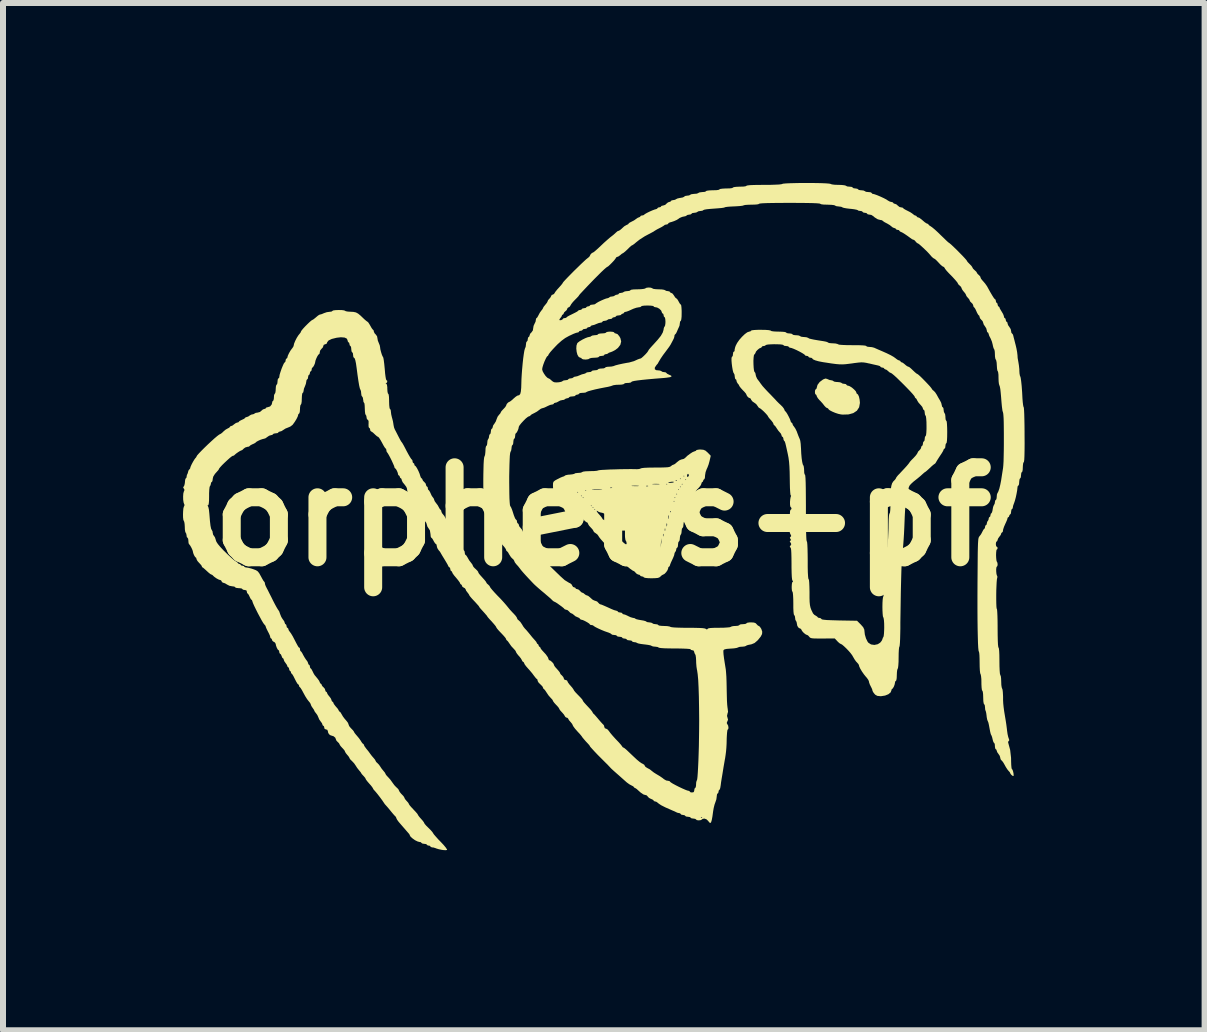
<source format=kicad_pcb>
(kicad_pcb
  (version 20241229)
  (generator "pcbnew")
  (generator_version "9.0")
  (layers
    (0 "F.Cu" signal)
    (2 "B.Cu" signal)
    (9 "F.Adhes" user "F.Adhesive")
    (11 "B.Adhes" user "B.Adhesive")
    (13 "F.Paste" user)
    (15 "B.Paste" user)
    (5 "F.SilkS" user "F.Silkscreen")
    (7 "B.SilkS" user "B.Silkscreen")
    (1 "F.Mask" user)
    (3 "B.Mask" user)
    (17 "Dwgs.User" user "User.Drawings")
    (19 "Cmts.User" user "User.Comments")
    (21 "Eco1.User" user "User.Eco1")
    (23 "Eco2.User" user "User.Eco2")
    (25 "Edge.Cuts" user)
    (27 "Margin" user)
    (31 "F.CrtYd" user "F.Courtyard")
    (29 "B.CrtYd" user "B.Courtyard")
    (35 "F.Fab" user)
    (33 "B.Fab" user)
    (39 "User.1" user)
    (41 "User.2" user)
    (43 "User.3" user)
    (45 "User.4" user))
  (footprint "orpheus-pf"
    (layer "F.Cu")
    (at 6.991 5.56)
    (property "Reference" "orpheus-pf" (at 0 0 0) (layer "F.SilkS") (effects (font (size 1.5 1.5) (thickness 0.3))))
    (attr board_only exclude_from_pos_files exclude_from_bom)
    (fp_poly (pts (xy 3.744 -2.295) (xy 3.751 -2.291) (xy 3.788 -2.276) (xy 3.81 -2.273) (xy 3.838 -2.266) (xy 3.848 -2.258) (xy 3.868 -2.248) (xy 3.905 -2.243) (xy 3.916 -2.243) (xy 3.955 -2.239) (xy 3.981 -2.231) (xy 3.983 -2.228) (xy 4.004 -2.216) (xy 4.029 -2.213) (xy 4.057 -2.208) (xy 4.066 -2.198) (xy 4.078 -2.185) (xy 4.092 -2.183) (xy 4.121 -2.173) (xy 4.158 -2.15) (xy 4.194 -2.119) (xy 4.222 -2.089) (xy 4.231 -2.069) (xy 4.237 -2.05) (xy 4.242 -2.048) (xy 4.259 -2.034) (xy 4.275 -1.999) (xy 4.286 -1.95) (xy 4.291 -1.897) (xy 4.291 -1.894) (xy 4.278 -1.822) (xy 4.241 -1.765) (xy 4.181 -1.725) (xy 4.102 -1.703) (xy 4.004 -1.7) (xy 3.974 -1.703) (xy 3.928 -1.713) (xy 3.877 -1.73) (xy 3.828 -1.751) (xy 3.788 -1.772) (xy 3.767 -1.79) (xy 3.766 -1.795) (xy 3.754 -1.807) (xy 3.747 -1.808) (xy 3.726 -1.819) (xy 3.7 -1.846) (xy 3.698 -1.849) (xy 3.668 -1.887) (xy 3.63 -1.929) (xy 3.619 -1.939) (xy 3.59 -1.973) (xy 3.573 -2.002) (xy 3.571 -2.01) (xy 3.563 -2.03) (xy 3.556 -2.033) (xy 3.545 -2.046) (xy 3.541 -2.077) (xy 3.541 -2.078) (xy 3.545 -2.11) (xy 3.556 -2.123) (xy 3.556 -2.123) (xy 3.569 -2.135) (xy 3.571 -2.146) (xy 3.584 -2.195) (xy 3.621 -2.244) (xy 3.675 -2.284) (xy 3.68 -2.287) (xy 3.716 -2.301)) (stroke (width 0) (type solid)) (fill yes) (layer "F.SilkS"))
    (fp_poly (pts (xy 0.168 -3.08) (xy 0.192 -3.073) (xy 0.195 -3.068) (xy 0.207 -3.055) (xy 0.219 -3.053) (xy 0.25 -3.042) (xy 0.28 -3.007) (xy 0.299 -2.974) (xy 0.312 -2.919) (xy 0.298 -2.863) (xy 0.258 -2.811) (xy 0.215 -2.778) (xy 0.173 -2.755) (xy 0.139 -2.741) (xy 0.128 -2.738) (xy 0.103 -2.729) (xy 0.098 -2.723) (xy 0.076 -2.71) (xy 0.059 -2.708) (xy 0.035 -2.702) (xy 0.03 -2.693) (xy 0.017 -2.682) (xy -0.014 -2.678) (xy -0.015 -2.678) (xy -0.047 -2.674) (xy -0.06 -2.663) (xy -0.06 -2.663) (xy -0.073 -2.654) (xy -0.108 -2.649) (xy -0.134 -2.648) (xy -0.179 -2.645) (xy -0.21 -2.638) (xy -0.218 -2.633) (xy -0.237 -2.623) (xy -0.275 -2.618) (xy -0.286 -2.618) (xy -0.323 -2.621) (xy -0.344 -2.63) (xy -0.345 -2.633) (xy -0.357 -2.646) (xy -0.371 -2.648) (xy -0.396 -2.662) (xy -0.417 -2.697) (xy -0.43 -2.745) (xy -0.436 -2.799) (xy -0.433 -2.85) (xy -0.42 -2.889) (xy -0.412 -2.898) (xy -0.38 -2.923) (xy -0.334 -2.95) (xy -0.285 -2.974) (xy -0.243 -2.99) (xy -0.225 -2.993) (xy -0.197 -3) (xy -0.188 -3.008) (xy -0.168 -3.018) (xy -0.131 -3.023) (xy -0.127 -3.023) (xy -0.092 -3.027) (xy -0.075 -3.036) (xy -0.075 -3.038) (xy -0.062 -3.047) (xy -0.028 -3.052) (xy -0.008 -3.053) (xy 0.033 -3.056) (xy 0.057 -3.064) (xy 0.06 -3.068) (xy 0.073 -3.077) (xy 0.107 -3.082) (xy 0.128 -3.083)) (stroke (width 0) (type solid)) (fill yes) (layer "F.SilkS"))
    (fp_poly (pts (xy 1.681 -1.114) (xy 1.716 -1.1) (xy 1.752 -1.069) (xy 1.755 -1.066) (xy 1.805 -1.014) (xy 1.785 -0.927) (xy 1.769 -0.869) (xy 1.749 -0.816) (xy 1.737 -0.791) (xy 1.719 -0.741) (xy 1.71 -0.687) (xy 1.71 -0.682) (xy 1.707 -0.645) (xy 1.699 -0.624) (xy 1.695 -0.623) (xy 1.682 -0.61) (xy 1.68 -0.6) (xy 1.672 -0.58) (xy 1.665 -0.578) (xy 1.653 -0.565) (xy 1.65 -0.551) (xy 1.64 -0.525) (xy 1.614 -0.49) (xy 1.598 -0.473) (xy 1.567 -0.44) (xy 1.548 -0.416) (xy 1.545 -0.409) (xy 1.536 -0.39) (xy 1.515 -0.364) (xy 1.493 -0.331) (xy 1.485 -0.305) (xy 1.478 -0.267) (xy 1.472 -0.251) (xy 1.443 -0.189) (xy 1.422 -0.133) (xy 1.411 -0.091) (xy 1.41 -0.083) (xy 1.403 -0.054) (xy 1.395 -0.045) (xy 1.385 -0.025) (xy 1.38 0.011) (xy 1.38 0.015) (xy 1.376 0.052) (xy 1.366 0.074) (xy 1.365 0.075) (xy 1.355 0.095) (xy 1.35 0.131) (xy 1.35 0.136) (xy 1.346 0.17) (xy 1.337 0.187) (xy 1.335 0.188) (xy 1.325 0.201) (xy 1.32 0.233) (xy 1.32 0.239) (xy 1.316 0.277) (xy 1.307 0.299) (xy 1.305 0.3) (xy 1.295 0.32) (xy 1.29 0.356) (xy 1.29 0.361) (xy 1.286 0.395) (xy 1.277 0.412) (xy 1.275 0.413) (xy 1.265 0.426) (xy 1.26 0.458) (xy 1.26 0.465) (xy 1.256 0.5) (xy 1.247 0.517) (xy 1.245 0.518) (xy 1.233 0.53) (xy 1.23 0.547) (xy 1.223 0.575) (xy 1.215 0.585) (xy 1.202 0.607) (xy 1.2 0.62) (xy 1.194 0.647) (xy 1.177 0.689) (xy 1.163 0.719) (xy 1.142 0.764) (xy 1.128 0.799) (xy 1.125 0.813) (xy 1.116 0.831) (xy 1.11 0.833) (xy 1.098 0.845) (xy 1.095 0.863) (xy 1.085 0.892) (xy 1.062 0.926) (xy 1.034 0.955) (xy 1.009 0.968) (xy 1.008 0.968) (xy 0.989 0.978) (xy 0.968 0.998) (xy 0.949 1.013) (xy 0.924 1.022) (xy 0.884 1.026) (xy 0.821 1.028) (xy 0.815 1.028) (xy 0.754 1.026) (xy 0.711 1.021) (xy 0.691 1.014) (xy 0.69 1.013) (xy 0.678 1.001) (xy 0.66 0.998) (xy 0.636 0.991) (xy 0.63 0.983) (xy 0.618 0.97) (xy 0.603 0.968) (xy 0.574 0.956) (xy 0.555 0.938) (xy 0.534 0.915) (xy 0.522 0.908) (xy 0.501 0.898) (xy 0.463 0.871) (xy 0.413 0.83) (xy 0.355 0.78) (xy 0.293 0.724) (xy 0.232 0.667) (xy 0.203 0.64) (xy 0.558 0.64) (xy 0.562 0.647) (xy 0.578 0.656) (xy 0.613 0.681) (xy 0.632 0.7) (xy 0.66 0.722) (xy 0.681 0.728) (xy 0.702 0.735) (xy 0.705 0.743) (xy 0.717 0.756) (xy 0.728 0.758) (xy 0.748 0.766) (xy 0.75 0.773) (xy 0.761 0.787) (xy 0.788 0.786) (xy 0.821 0.772) (xy 0.848 0.751) (xy 0.873 0.719) (xy 0.885 0.693) (xy 0.885 0.691) (xy 0.893 0.67) (xy 0.9 0.668) (xy 0.912 0.655) (xy 0.914 0.634) (xy 0.913 0.611) (xy 0.907 0.616) (xy 0.901 0.63) (xy 0.865 0.679) (xy 0.81 0.707) (xy 0.764 0.713) (xy 0.72 0.708) (xy 0.687 0.697) (xy 0.682 0.694) (xy 0.643 0.661) (xy 0.616 0.644) (xy 0.592 0.638) (xy 0.582 0.638) (xy 0.558 0.64) (xy 0.203 0.64) (xy 0.178 0.615) (xy 0.525 0.615) (xy 0.533 0.623) (xy 0.54 0.615) (xy 0.533 0.608) (xy 0.525 0.615) (xy 0.178 0.615) (xy 0.175 0.613) (xy 0.148 0.585) (xy 0.48 0.585) (xy 0.488 0.593) (xy 0.495 0.585) (xy 0.488 0.578) (xy 0.48 0.585) (xy 0.148 0.585) (xy 0.127 0.564) (xy 0.116 0.551) (xy 0.93 0.551) (xy 0.934 0.569) (xy 0.942 0.564) (xy 0.954 0.541) (xy 0.966 0.505) (xy 0.976 0.463) (xy 0.981 0.431) (xy 0.988 0.36) (xy 0.972 0.439) (xy 0.961 0.483) (xy 0.949 0.511) (xy 0.943 0.518) (xy 0.933 0.53) (xy 0.93 0.551) (xy 0.116 0.551) (xy 0.093 0.526) (xy 0.076 0.501) (xy 0.075 0.497) (xy 0.065 0.482) (xy 0.04 0.452) (xy 0.007 0.416) (xy -0.029 0.376) (xy -0.056 0.341) (xy -0.068 0.321) (xy -0.086 0.297) (xy -0.113 0.277) (xy -0.14 0.258) (xy -0.15 0.241) (xy -0.16 0.221) (xy -0.185 0.192) (xy -0.195 0.182) (xy -0.223 0.151) (xy -0.239 0.124) (xy -0.24 0.119) (xy -0.25 0.1) (xy -0.257 0.098) (xy -0.278 0.086) (xy -0.306 0.06) (xy -0.331 0.029) (xy -0.344 0.003) (xy -0.345 -0.001) (xy -0.357 -0.017) (xy -0.388 -0.036) (xy -0.393 -0.039) (xy -0.43 -0.062) (xy -0.456 -0.089) (xy -0.456 -0.09) (xy -0.46 -0.096) (xy -0.097 -0.096) (xy -0.092 -0.082) (xy -0.071 -0.054) (xy -0.052 -0.033) (xy -0.022 0.002) (xy -0.003 0.029) (xy -0.000001 0.038) (xy 0.012 0.051) (xy 0.023 0.053) (xy 0.047 0.065) (xy 0.056 0.078) (xy 0.081 0.12) (xy 0.127 0.174) (xy 0.176 0.224) (xy 0.206 0.255) (xy 0.223 0.279) (xy 0.225 0.285) (xy 0.236 0.305) (xy 0.255 0.323) (xy 0.278 0.344) (xy 0.285 0.359) (xy 0.295 0.376) (xy 0.321 0.405) (xy 0.341 0.425) (xy 0.375 0.453) (xy 0.393 0.463) (xy 0.402 0.455) (xy 0.403 0.45) (xy 0.399 0.419) (xy 0.391 0.408) (xy 0.382 0.385) (xy 0.376 0.342) (xy 0.375 0.312) (xy 0.375 0.308) (xy 1.008 0.308) (xy 1.01 0.329) (xy 1.015 0.326) (xy 1.017 0.296) (xy 1.015 0.289) (xy 1.01 0.287) (xy 1.008 0.308) (xy 0.375 0.308) (xy 0.375 0.233) (xy 0.327 0.233) (xy 0.284 0.225) (xy 0.261 0.218) (xy 1.038 0.218) (xy 1.04 0.239) (xy 1.045 0.236) (xy 1.047 0.206) (xy 1.045 0.199) (xy 1.04 0.197) (xy 1.038 0.218) (xy 0.261 0.218) (xy 0.232 0.207) (xy 0.18 0.182) (xy 0.138 0.154) (xy 0.119 0.135) (xy 1.068 0.135) (xy 1.07 0.161) (xy 1.074 0.163) (xy 1.075 0.162) (xy 1.078 0.132) (xy 1.076 0.117) (xy 1.071 0.11) (xy 1.068 0.13) (xy 1.068 0.135) (xy 0.119 0.135) (xy 0.114 0.129) (xy 0.112 0.125) (xy 0.098 0.102) (xy 0.089 0.098) (xy 0.08 0.084) (xy 0.075 0.051) (xy 0.075 0.034) (xy 0.073 0.008) (xy 1.099 0.008) (xy 1.1 0.035) (xy 1.104 0.038) (xy 1.106 0.034) (xy 1.108 -0.004) (xy 1.106 -0.019) (xy 1.101 -0.023) (xy 1.099 -0.003) (xy 1.099 0.008) (xy 0.073 0.008) (xy 0.072 -0.009) (xy 0.059 -0.033) (xy 0.034 -0.049) (xy -0.003 -0.063) (xy -0.03 -0.068) (xy -0.062 -0.078) (xy -0.068 -0.083) (xy 1.125 -0.083) (xy 1.131 -0.07) (xy 1.135 -0.073) (xy 1.137 -0.09) (xy 1.135 -0.093) (xy 1.126 -0.09) (xy 1.125 -0.083) (xy -0.068 -0.083) (xy -0.072 -0.085) (xy -0.091 -0.097) (xy -0.097 -0.096) (xy -0.46 -0.096) (xy -0.473 -0.117) (xy -0.476 -0.12) (xy -0.135 -0.12) (xy -0.128 -0.113) (xy -0.12 -0.12) (xy -0.128 -0.128) (xy -0.135 -0.12) (xy -0.476 -0.12) (xy -0.482 -0.128) (xy -0.5 -0.141) (xy -0.511 -0.15) (xy -0.165 -0.15) (xy -0.158 -0.143) (xy -0.15 -0.15) (xy -0.158 -0.158) (xy -0.165 -0.15) (xy -0.511 -0.15) (xy -0.529 -0.164) (xy -0.531 -0.165) (xy -0.547 -0.18) (xy -0.195 -0.18) (xy -0.188 -0.173) (xy -0.18 -0.18) (xy -0.188 -0.188) (xy -0.195 -0.18) (xy -0.547 -0.18) (xy -0.558 -0.19) (xy -0.57 -0.209) (xy -0.57 -0.21) (xy -0.582 -0.227) (xy -0.603 -0.24) (xy -0.623 -0.255) (xy 1.185 -0.255) (xy 1.193 -0.248) (xy 1.2 -0.255) (xy 1.193 -0.263) (xy 1.185 -0.255) (xy -0.623 -0.255) (xy -0.636 -0.265) (xy -0.651 -0.284) (xy -0.673 -0.315) (xy -0.33 -0.315) (xy -0.323 -0.308) (xy -0.315 -0.315) (xy 1.2 -0.315) (xy 1.208 -0.308) (xy 1.215 -0.315) (xy 1.208 -0.323) (xy 1.2 -0.315) (xy -0.315 -0.315) (xy -0.323 -0.323) (xy -0.33 -0.315) (xy -0.673 -0.315) (xy -0.684 -0.33) (xy -0.708 -0.345) (xy -0.36 -0.345) (xy -0.353 -0.338) (xy -0.345 -0.345) (xy -0.353 -0.353) (xy -0.36 -0.345) (xy -0.708 -0.345) (xy -0.717 -0.351) (xy -0.732 -0.353) (xy -0.76 -0.364) (xy -0.767 -0.375) (xy 1.23 -0.375) (xy 1.238 -0.368) (xy 1.245 -0.375) (xy 1.238 -0.383) (xy 1.23 -0.375) (xy -0.767 -0.375) (xy -0.776 -0.389) (xy -0.774 -0.405) (xy -0.42 -0.405) (xy -0.413 -0.398) (xy -0.405 -0.405) (xy -0.413 -0.413) (xy -0.42 -0.405) (xy -0.774 -0.405) (xy -0.773 -0.412) (xy -0.779 -0.425) (xy -0.795 -0.432) (xy -0.801 -0.435) (xy -0.285 -0.435) (xy -0.278 -0.428) (xy -0.27 -0.435) (xy -0.278 -0.443) (xy -0.285 -0.435) (xy -0.801 -0.435) (xy -0.814 -0.442) (xy -0.817 -0.451) (xy -0.178 -0.451) (xy -0.167 -0.449) (xy -0.132 -0.448) (xy -0.09 -0.448) (xy -0.038 -0.448) (xy -0.008 -0.45) (xy -0.008 -0.45) (xy 1.26 -0.45) (xy 1.268 -0.443) (xy 1.275 -0.45) (xy 1.268 -0.458) (xy 1.26 -0.45) (xy -0.008 -0.45) (xy -0.003 -0.452) (xy -0.019 -0.454) (xy -0.082 -0.456) (xy -0.148 -0.455) (xy -0.161 -0.454) (xy -0.178 -0.451) (xy -0.817 -0.451) (xy -0.823 -0.466) (xy -0.823 -0.476) (xy 0.127 -0.476) (xy 0.141 -0.474) (xy 0.161 -0.477) (xy 0.161 -0.482) (xy 0.141 -0.485) (xy 0.132 -0.483) (xy 0.127 -0.476) (xy -0.823 -0.476) (xy -0.824 -0.495) (xy 1.29 -0.495) (xy 1.298 -0.488) (xy 1.305 -0.495) (xy 1.298 -0.503) (xy 1.29 -0.495) (xy -0.824 -0.495) (xy -0.825 -0.506) (xy 0.727 -0.506) (xy 0.741 -0.504) (xy 0.761 -0.507) (xy 0.761 -0.512) (xy 0.741 -0.515) (xy 0.732 -0.513) (xy 0.727 -0.506) (xy -0.825 -0.506) (xy -0.825 -0.51) (xy -0.825 -0.511) (xy 0.481 -0.511) (xy 0.497 -0.509) (xy 0.536 -0.508) (xy 0.548 -0.508) (xy 0.59 -0.508) (xy 0.609 -0.51) (xy 0.602 -0.513) (xy 0.596 -0.514) (xy 0.543 -0.516) (xy 0.493 -0.514) (xy 0.491 -0.513) (xy 0.481 -0.511) (xy -0.825 -0.511) (xy -0.825 -0.512) (xy -0.824 -0.541) (xy 0.826 -0.541) (xy 0.842 -0.539) (xy 0.881 -0.538) (xy 0.893 -0.538) (xy 0.935 -0.538) (xy 0.954 -0.54) (xy 1.065 -0.54) (xy 1.073 -0.533) (xy 1.08 -0.54) (xy 1.32 -0.54) (xy 1.328 -0.533) (xy 1.335 -0.54) (xy 1.328 -0.548) (xy 1.32 -0.54) (xy 1.08 -0.54) (xy 1.073 -0.548) (xy 1.065 -0.54) (xy 0.954 -0.54) (xy 0.954 -0.54) (xy 0.947 -0.543) (xy 0.941 -0.544) (xy 0.888 -0.546) (xy 0.838 -0.544) (xy 0.836 -0.543) (xy 0.826 -0.541) (xy -0.824 -0.541) (xy -0.824 -0.553) (xy -0.82 -0.568) (xy 1.095 -0.568) (xy 1.108 -0.563) (xy 1.136 -0.563) (xy 1.168 -0.566) (xy 1.189 -0.573) (xy 1.191 -0.574) (xy 1.183 -0.581) (xy 1.154 -0.581) (xy 1.147 -0.58) (xy 1.112 -0.575) (xy 1.096 -0.569) (xy 1.095 -0.568) (xy -0.82 -0.568) (xy -0.817 -0.579) (xy -0.796 -0.598) (xy -0.789 -0.603) (xy 1.22 -0.603) (xy 1.222 -0.594) (xy 1.23 -0.593) (xy 1.243 -0.598) (xy 1.24 -0.603) (xy 1.222 -0.604) (xy 1.22 -0.603) (xy -0.789 -0.603) (xy -0.767 -0.615) (xy 1.38 -0.615) (xy 1.388 -0.608) (xy 1.395 -0.615) (xy 1.388 -0.623) (xy 1.38 -0.615) (xy -0.767 -0.615) (xy -0.757 -0.621) (xy -0.746 -0.626) (xy -0.738 -0.63) (xy 1.29 -0.63) (xy 1.298 -0.623) (xy 1.305 -0.63) (xy 1.298 -0.638) (xy 1.29 -0.63) (xy -0.738 -0.63) (xy -0.701 -0.649) (xy -0.665 -0.664) (xy -0.65 -0.668) (xy -0.635 -0.675) (xy 1.35 -0.675) (xy 1.358 -0.668) (xy 1.365 -0.675) (xy 1.359 -0.682) (xy 1.41 -0.682) (xy 1.416 -0.661) (xy 1.425 -0.66) (xy 1.439 -0.682) (xy 1.44 -0.691) (xy 1.432 -0.71) (xy 1.425 -0.713) (xy 1.413 -0.7) (xy 1.41 -0.682) (xy 1.359 -0.682) (xy 1.358 -0.683) (xy 1.35 -0.675) (xy -0.635 -0.675) (xy -0.63 -0.678) (xy -0.628 -0.682) (xy -0.611 -0.69) (xy -0.574 -0.698) (xy -0.544 -0.7) (xy -0.5 -0.705) (xy -0.471 -0.712) (xy -0.465 -0.716) (xy -0.452 -0.723) (xy -0.419 -0.727) (xy -0.406 -0.728) (xy -0.366 -0.731) (xy -0.34 -0.74) (xy -0.338 -0.743) (xy -0.319 -0.75) (xy -0.279 -0.755) (xy -0.223 -0.757) (xy -0.203 -0.758) (xy -0.144 -0.759) (xy -0.098 -0.763) (xy -0.072 -0.769) (xy -0.069 -0.771) (xy -0.052 -0.774) (xy -0.011 -0.778) (xy 0.05 -0.781) (xy 0.125 -0.785) (xy 0.21 -0.787) (xy 0.3 -0.79) (xy 0.388 -0.791) (xy 0.471 -0.792) (xy 0.542 -0.791) (xy 0.573 -0.79) (xy 0.612 -0.793) (xy 0.636 -0.801) (xy 0.638 -0.803) (xy 0.656 -0.808) (xy 0.699 -0.813) (xy 0.764 -0.816) (xy 0.845 -0.817) (xy 0.884 -0.818) (xy 0.977 -0.818) (xy 1.045 -0.82) (xy 1.091 -0.823) (xy 1.12 -0.829) (xy 1.137 -0.837) (xy 1.14 -0.84) (xy 1.165 -0.859) (xy 1.177 -0.863) (xy 1.199 -0.872) (xy 1.231 -0.897) (xy 1.243 -0.908) (xy 1.279 -0.936) (xy 1.314 -0.952) (xy 1.322 -0.953) (xy 1.358 -0.963) (xy 1.379 -0.979) (xy 1.414 -1.013) (xy 1.458 -1.046) (xy 1.499 -1.073) (xy 1.531 -1.087) (xy 1.537 -1.088) (xy 1.557 -1.096) (xy 1.56 -1.103) (xy 1.574 -1.111) (xy 1.608 -1.117) (xy 1.632 -1.118)) (stroke (width 0) (type solid)) (fill yes) (layer "F.SilkS"))
    (fp_poly (pts (xy 2.715 -3.112) (xy 2.769 -3.108) (xy 2.8 -3.102) (xy 2.806 -3.098) (xy 2.82 -3.091) (xy 2.858 -3.086) (xy 2.917 -3.083) (xy 2.933 -3.083) (xy 2.995 -3.081) (xy 3.039 -3.077) (xy 3.06 -3.07) (xy 3.061 -3.068) (xy 3.074 -3.058) (xy 3.106 -3.053) (xy 3.113 -3.053) (xy 3.148 -3.049) (xy 3.165 -3.04) (xy 3.166 -3.038) (xy 3.179 -3.029) (xy 3.212 -3.023) (xy 3.225 -3.023) (xy 3.265 -3.02) (xy 3.29 -3.011) (xy 3.293 -3.008) (xy 3.313 -2.998) (xy 3.35 -2.993) (xy 3.359 -2.993) (xy 3.4 -2.989) (xy 3.428 -2.979) (xy 3.431 -2.977) (xy 3.445 -2.968) (xy 3.475 -2.96) (xy 3.522 -2.95) (xy 3.592 -2.938) (xy 3.687 -2.923) (xy 3.728 -2.915) (xy 3.755 -2.905) (xy 3.759 -2.901) (xy 3.778 -2.893) (xy 3.816 -2.889) (xy 3.839 -2.888) (xy 3.884 -2.885) (xy 3.918 -2.877) (xy 3.926 -2.872) (xy 3.948 -2.865) (xy 3.997 -2.861) (xy 4.071 -2.858) (xy 4.166 -2.857) (xy 4.169 -2.857) (xy 4.263 -2.857) (xy 4.333 -2.854) (xy 4.378 -2.85) (xy 4.396 -2.844) (xy 4.396 -2.843) (xy 4.409 -2.833) (xy 4.442 -2.828) (xy 4.449 -2.828) (xy 4.492 -2.824) (xy 4.526 -2.815) (xy 4.527 -2.815) (xy 4.554 -2.803) (xy 4.599 -2.783) (xy 4.651 -2.761) (xy 4.739 -2.722) (xy 4.804 -2.69) (xy 4.853 -2.662) (xy 4.89 -2.635) (xy 4.897 -2.629) (xy 4.926 -2.609) (xy 4.946 -2.603) (xy 4.964 -2.594) (xy 4.966 -2.588) (xy 4.977 -2.574) (xy 4.982 -2.573) (xy 4.998 -2.568) (xy 5.022 -2.552) (xy 5.061 -2.519) (xy 5.063 -2.517) (xy 5.089 -2.501) (xy 5.1 -2.498) (xy 5.119 -2.488) (xy 5.149 -2.462) (xy 5.174 -2.438) (xy 5.209 -2.405) (xy 5.236 -2.383) (xy 5.247 -2.378) (xy 5.262 -2.368) (xy 5.293 -2.341) (xy 5.333 -2.302) (xy 5.377 -2.257) (xy 5.42 -2.212) (xy 5.457 -2.172) (xy 5.482 -2.141) (xy 5.491 -2.127) (xy 5.502 -2.111) (xy 5.519 -2.098) (xy 5.544 -2.073) (xy 5.569 -2.035) (xy 5.572 -2.03) (xy 5.598 -1.982) (xy 5.626 -1.935) (xy 5.626 -1.935) (xy 5.646 -1.895) (xy 5.655 -1.858) (xy 5.655 -1.857) (xy 5.662 -1.83) (xy 5.671 -1.823) (xy 5.682 -1.81) (xy 5.686 -1.779) (xy 5.691 -1.744) (xy 5.701 -1.725) (xy 5.711 -1.706) (xy 5.716 -1.668) (xy 5.716 -1.657) (xy 5.719 -1.62) (xy 5.728 -1.599) (xy 5.731 -1.598) (xy 5.738 -1.583) (xy 5.742 -1.542) (xy 5.745 -1.478) (xy 5.746 -1.41) (xy 5.745 -1.329) (xy 5.742 -1.269) (xy 5.737 -1.232) (xy 5.731 -1.223) (xy 5.721 -1.21) (xy 5.716 -1.178) (xy 5.716 -1.178) (xy 5.712 -1.146) (xy 5.701 -1.133) (xy 5.701 -1.133) (xy 5.687 -1.121) (xy 5.686 -1.116) (xy 5.678 -1.095) (xy 5.657 -1.059) (xy 5.637 -1.029) (xy 5.606 -0.982) (xy 5.578 -0.938) (xy 5.567 -0.919) (xy 5.55 -0.89) (xy 5.536 -0.878) (xy 5.536 -0.878) (xy 5.521 -0.868) (xy 5.491 -0.843) (xy 5.456 -0.81) (xy 5.419 -0.776) (xy 5.39 -0.751) (xy 5.378 -0.743) (xy 5.363 -0.733) (xy 5.337 -0.71) (xy 5.336 -0.709) (xy 5.303 -0.679) (xy 5.26 -0.643) (xy 5.244 -0.63) (xy 5.182 -0.581) (xy 5.141 -0.543) (xy 5.116 -0.513) (xy 5.104 -0.483) (xy 5.101 -0.449) (xy 5.101 -0.446) (xy 5.098 -0.407) (xy 5.089 -0.383) (xy 5.086 -0.38) (xy 5.078 -0.364) (xy 5.071 -0.326) (xy 5.068 -0.281) (xy 5.065 -0.233) (xy 5.06 -0.199) (xy 5.055 -0.188) (xy 5.051 -0.173) (xy 5.046 -0.134) (xy 5.042 -0.074) (xy 5.038 0.002) (xy 5.035 0.079) (xy 5.031 0.179) (xy 5.026 0.282) (xy 5.02 0.378) (xy 5.014 0.459) (xy 5.011 0.495) (xy 5.004 0.568) (xy 4.997 0.638) (xy 4.992 0.693) (xy 4.99 0.713) (xy 4.988 0.753) (xy 4.985 0.818) (xy 4.982 0.906) (xy 4.979 1.01) (xy 4.976 1.128) (xy 4.973 1.254) (xy 4.971 1.385) (xy 4.969 1.517) (xy 4.967 1.644) (xy 4.965 1.764) (xy 4.965 1.864) (xy 4.963 1.957) (xy 4.961 2.038) (xy 4.958 2.103) (xy 4.954 2.147) (xy 4.95 2.167) (xy 4.949 2.168) (xy 4.944 2.182) (xy 4.94 2.22) (xy 4.937 2.277) (xy 4.936 2.346) (xy 4.936 2.347) (xy 4.935 2.422) (xy 4.931 2.482) (xy 4.926 2.521) (xy 4.921 2.535) (xy 4.913 2.554) (xy 4.908 2.594) (xy 4.906 2.641) (xy 4.904 2.692) (xy 4.898 2.727) (xy 4.891 2.738) (xy 4.878 2.75) (xy 4.876 2.765) (xy 4.87 2.797) (xy 4.857 2.833) (xy 4.84 2.862) (xy 4.827 2.873) (xy 4.817 2.885) (xy 4.816 2.897) (xy 4.802 2.931) (xy 4.765 2.961) (xy 4.71 2.983) (xy 4.645 2.993) (xy 4.63 2.993) (xy 4.581 2.988) (xy 4.547 2.969) (xy 4.534 2.955) (xy 4.511 2.925) (xy 4.501 2.904) (xy 4.501 2.903) (xy 4.495 2.878) (xy 4.486 2.858) (xy 4.466 2.818) (xy 4.456 2.798) (xy 4.444 2.764) (xy 4.441 2.746) (xy 4.431 2.722) (xy 4.407 2.688) (xy 4.391 2.67) (xy 4.357 2.628) (xy 4.323 2.579) (xy 4.295 2.531) (xy 4.278 2.493) (xy 4.276 2.48) (xy 4.266 2.458) (xy 4.25 2.44) (xy 4.226 2.414) (xy 4.202 2.38) (xy 4.172 2.329) (xy 4.162 2.311) (xy 4.139 2.28) (xy 4.105 2.24) (xy 4.065 2.198) (xy 4.025 2.16) (xy 3.993 2.133) (xy 3.973 2.123) (xy 3.954 2.113) (xy 3.925 2.088) (xy 3.915 2.077) (xy 3.872 2.031) (xy 3.669 2.032) (xy 3.587 2.032) (xy 3.529 2.031) (xy 3.492 2.028) (xy 3.469 2.022) (xy 3.455 2.013) (xy 3.447 2.003) (xy 3.425 1.979) (xy 3.409 1.973) (xy 3.385 1.962) (xy 3.355 1.938) (xy 3.328 1.908) (xy 3.316 1.885) (xy 3.316 1.884) (xy 3.304 1.869) (xy 3.3 1.868) (xy 3.271 1.855) (xy 3.248 1.823) (xy 3.241 1.787) (xy 3.235 1.755) (xy 3.226 1.74) (xy 3.215 1.72) (xy 3.211 1.687) (xy 3.206 1.656) (xy 3.196 1.643) (xy 3.189 1.628) (xy 3.184 1.587) (xy 3.181 1.522) (xy 3.181 1.448) (xy 3.18 1.374) (xy 3.177 1.314) (xy 3.173 1.272) (xy 3.168 1.253) (xy 3.167 1.253) (xy 3.159 1.239) (xy 3.155 1.204) (xy 3.154 1.17) (xy 3.157 1.122) (xy 3.164 1.093) (xy 3.171 1.088) (xy 3.177 1.08) (xy 3.169 1.07) (xy 3.161 1.05) (xy 3.156 1.008) (xy 3.153 0.941) (xy 3.151 0.847) (xy 3.151 0.786) (xy 3.15 0.684) (xy 3.148 0.608) (xy 3.145 0.557) (xy 3.14 0.527) (xy 3.133 0.514) (xy 3.132 0.514) (xy 3.121 0.504) (xy 3.134 0.483) (xy 3.134 0.483) (xy 3.147 0.459) (xy 3.136 0.436) (xy 3.134 0.433) (xy 3.121 0.412) (xy 3.131 0.402) (xy 3.132 0.401) (xy 3.144 0.391) (xy 3.133 0.372) (xy 3.123 0.352) (xy 3.134 0.338) (xy 3.146 0.324) (xy 3.137 0.3) (xy 3.133 0.295) (xy 3.121 0.264) (xy 3.131 0.235) (xy 3.133 0.231) (xy 3.145 0.202) (xy 3.134 0.178) (xy 3.134 0.178) (xy 3.124 0.155) (xy 3.133 0.139) (xy 3.147 0.112) (xy 3.15 0.078) (xy 3.143 0.051) (xy 3.139 0.047) (xy 3.131 0.029) (xy 3.126 -0.006) (xy 3.124 -0.048) (xy 3.126 -0.086) (xy 3.132 -0.109) (xy 3.136 -0.113) (xy 3.149 -0.125) (xy 3.151 -0.135) (xy 3.143 -0.155) (xy 3.137 -0.158) (xy 3.13 -0.171) (xy 3.126 -0.204) (xy 3.126 -0.247) (xy 3.13 -0.29) (xy 3.136 -0.324) (xy 3.14 -0.334) (xy 3.144 -0.35) (xy 3.138 -0.353) (xy 3.133 -0.367) (xy 3.129 -0.408) (xy 3.125 -0.472) (xy 3.123 -0.555) (xy 3.122 -0.627) (xy 3.12 -0.743) (xy 3.116 -0.836) (xy 3.11 -0.913) (xy 3.101 -0.981) (xy 3.089 -1.043) (xy 3.071 -1.125) (xy 3.058 -1.183) (xy 3.049 -1.22) (xy 3.042 -1.242) (xy 3.037 -1.254) (xy 3.031 -1.26) (xy 3.029 -1.261) (xy 3.018 -1.281) (xy 3.016 -1.299) (xy 3.009 -1.323) (xy 3.001 -1.328) (xy 2.988 -1.34) (xy 2.986 -1.352) (xy 2.975 -1.381) (xy 2.958 -1.401) (xy 2.932 -1.431) (xy 2.905 -1.47) (xy 2.903 -1.474) (xy 2.881 -1.506) (xy 2.865 -1.522) (xy 2.862 -1.523) (xy 2.852 -1.535) (xy 2.851 -1.543) (xy 2.841 -1.566) (xy 2.817 -1.598) (xy 2.806 -1.61) (xy 2.778 -1.642) (xy 2.762 -1.664) (xy 2.761 -1.668) (xy 2.75 -1.686) (xy 2.725 -1.715) (xy 2.691 -1.75) (xy 2.657 -1.781) (xy 2.629 -1.803) (xy 2.618 -1.808) (xy 2.601 -1.82) (xy 2.588 -1.84) (xy 2.563 -1.874) (xy 2.544 -1.889) (xy 2.499 -1.92) (xy 2.477 -1.949) (xy 2.475 -1.957) (xy 2.464 -1.972) (xy 2.459 -1.973) (xy 2.434 -1.984) (xy 2.41 -2.009) (xy 2.4 -2.031) (xy 2.391 -2.05) (xy 2.365 -2.081) (xy 2.34 -2.106) (xy 2.308 -2.141) (xy 2.286 -2.169) (xy 2.28 -2.18) (xy 2.27 -2.201) (xy 2.258 -2.213) (xy 2.239 -2.243) (xy 2.235 -2.26) (xy 2.229 -2.283) (xy 2.22 -2.288) (xy 2.21 -2.301) (xy 2.205 -2.332) (xy 2.201 -2.366) (xy 2.192 -2.384) (xy 2.181 -2.403) (xy 2.171 -2.442) (xy 2.162 -2.493) (xy 2.155 -2.548) (xy 2.151 -2.597) (xy 2.516 -2.597) (xy 2.517 -2.539) (xy 2.52 -2.484) (xy 2.525 -2.44) (xy 2.532 -2.414) (xy 2.536 -2.41) (xy 2.548 -2.393) (xy 2.551 -2.377) (xy 2.559 -2.34) (xy 2.577 -2.299) (xy 2.596 -2.273) (xy 2.609 -2.257) (xy 2.631 -2.225) (xy 2.64 -2.213) (xy 2.668 -2.176) (xy 2.71 -2.129) (xy 2.756 -2.08) (xy 2.759 -2.077) (xy 2.804 -2.031) (xy 2.844 -1.989) (xy 2.873 -1.959) (xy 2.875 -1.957) (xy 2.904 -1.925) (xy 2.944 -1.885) (xy 2.968 -1.863) (xy 3.003 -1.828) (xy 3.025 -1.798) (xy 3.031 -1.785) (xy 3.039 -1.764) (xy 3.043 -1.76) (xy 3.059 -1.744) (xy 3.081 -1.71) (xy 3.104 -1.667) (xy 3.124 -1.626) (xy 3.135 -1.596) (xy 3.136 -1.59) (xy 3.144 -1.57) (xy 3.151 -1.568) (xy 3.164 -1.556) (xy 3.166 -1.548) (xy 3.175 -1.523) (xy 3.194 -1.498) (xy 3.216 -1.465) (xy 3.239 -1.418) (xy 3.247 -1.395) (xy 3.265 -1.347) (xy 3.282 -1.306) (xy 3.288 -1.293) (xy 3.297 -1.264) (xy 3.304 -1.214) (xy 3.308 -1.153) (xy 3.309 -1.141) (xy 3.313 -1.052) (xy 3.32 -0.973) (xy 3.329 -0.911) (xy 3.339 -0.869) (xy 3.348 -0.854) (xy 3.355 -0.835) (xy 3.36 -0.797) (xy 3.361 -0.772) (xy 3.363 -0.729) (xy 3.37 -0.702) (xy 3.376 -0.698) (xy 3.38 -0.683) (xy 3.384 -0.639) (xy 3.387 -0.566) (xy 3.389 -0.466) (xy 3.39 -0.338) (xy 3.391 -0.184) (xy 3.391 -0.143) (xy 3.391 0.018) (xy 3.392 0.152) (xy 3.394 0.259) (xy 3.397 0.338) (xy 3.4 0.39) (xy 3.405 0.412) (xy 3.406 0.413) (xy 3.411 0.427) (xy 3.415 0.47) (xy 3.418 0.54) (xy 3.42 0.635) (xy 3.421 0.728) (xy 3.421 0.841) (xy 3.423 0.931) (xy 3.427 0.996) (xy 3.431 1.033) (xy 3.436 1.043) (xy 3.442 1.057) (xy 3.446 1.099) (xy 3.449 1.166) (xy 3.451 1.255) (xy 3.451 1.265) (xy 3.451 1.356) (xy 3.453 1.423) (xy 3.458 1.474) (xy 3.467 1.516) (xy 3.481 1.555) (xy 3.502 1.598) (xy 3.509 1.613) (xy 3.531 1.637) (xy 3.553 1.65) (xy 3.578 1.666) (xy 3.586 1.676) (xy 3.598 1.686) (xy 3.614 1.688) (xy 3.641 1.696) (xy 3.649 1.707) (xy 3.66 1.714) (xy 3.69 1.719) (xy 3.74 1.724) (xy 3.814 1.727) (xy 3.914 1.73) (xy 3.949 1.731) (xy 4.243 1.736) (xy 4.304 1.797) (xy 4.345 1.843) (xy 4.364 1.883) (xy 4.366 1.902) (xy 4.373 1.965) (xy 4.392 2.03) (xy 4.419 2.085) (xy 4.433 2.103) (xy 4.477 2.131) (xy 4.532 2.139) (xy 4.588 2.127) (xy 4.629 2.101) (xy 4.654 2.07) (xy 4.666 2.044) (xy 4.666 2.042) (xy 4.675 2.016) (xy 4.681 2.01) (xy 4.687 1.992) (xy 4.692 1.95) (xy 4.695 1.891) (xy 4.696 1.845) (xy 4.695 1.778) (xy 4.691 1.724) (xy 4.685 1.689) (xy 4.681 1.68) (xy 4.674 1.662) (xy 4.67 1.621) (xy 4.667 1.566) (xy 4.666 1.504) (xy 4.667 1.441) (xy 4.67 1.387) (xy 4.675 1.349) (xy 4.68 1.335) (xy 4.685 1.315) (xy 4.691 1.271) (xy 4.696 1.209) (xy 4.7 1.134) (xy 4.702 1.095) (xy 4.706 1.002) (xy 4.711 0.906) (xy 4.718 0.817) (xy 4.724 0.746) (xy 4.725 0.735) (xy 4.747 0.536) (xy 4.761 0.36) (xy 4.768 0.198) (xy 4.769 0.124) (xy 4.771 0.047) (xy 4.775 -0.011) (xy 4.781 -0.045) (xy 4.786 -0.053) (xy 4.792 -0.067) (xy 4.797 -0.109) (xy 4.8 -0.176) (xy 4.801 -0.265) (xy 4.801 -0.275) (xy 4.802 -0.378) (xy 4.806 -0.456) (xy 4.815 -0.514) (xy 4.828 -0.556) (xy 4.848 -0.587) (xy 4.869 -0.608) (xy 4.887 -0.63) (xy 4.891 -0.64) (xy 4.901 -0.658) (xy 4.925 -0.688) (xy 4.94 -0.703) (xy 4.987 -0.753) (xy 5.033 -0.802) (xy 5.073 -0.846) (xy 5.102 -0.881) (xy 5.115 -0.899) (xy 5.116 -0.901) (xy 5.126 -0.915) (xy 5.151 -0.943) (xy 5.184 -0.976) (xy 5.219 -1.014) (xy 5.243 -1.046) (xy 5.251 -1.062) (xy 5.262 -1.085) (xy 5.281 -1.103) (xy 5.304 -1.13) (xy 5.311 -1.151) (xy 5.318 -1.174) (xy 5.326 -1.178) (xy 5.337 -1.191) (xy 5.341 -1.215) (xy 5.346 -1.243) (xy 5.356 -1.253) (xy 5.367 -1.266) (xy 5.371 -1.297) (xy 5.371 -1.298) (xy 5.375 -1.329) (xy 5.386 -1.343) (xy 5.386 -1.343) (xy 5.393 -1.357) (xy 5.398 -1.398) (xy 5.401 -1.46) (xy 5.401 -1.507) (xy 5.4 -1.577) (xy 5.396 -1.633) (xy 5.391 -1.67) (xy 5.386 -1.68) (xy 5.375 -1.701) (xy 5.371 -1.734) (xy 5.367 -1.765) (xy 5.356 -1.778) (xy 5.343 -1.79) (xy 5.341 -1.802) (xy 5.331 -1.827) (xy 5.305 -1.859) (xy 5.298 -1.866) (xy 5.267 -1.901) (xy 5.246 -1.935) (xy 5.245 -1.939) (xy 5.231 -1.965) (xy 5.22 -1.973) (xy 5.208 -1.985) (xy 5.206 -1.995) (xy 5.196 -2.012) (xy 5.168 -2.046) (xy 5.126 -2.092) (xy 5.075 -2.145) (xy 5.019 -2.202) (xy 4.962 -2.258) (xy 4.909 -2.31) (xy 4.863 -2.352) (xy 4.828 -2.381) (xy 4.81 -2.393) (xy 4.809 -2.393) (xy 4.786 -2.403) (xy 4.763 -2.423) (xy 4.736 -2.446) (xy 4.716 -2.453) (xy 4.698 -2.462) (xy 4.696 -2.468) (xy 4.683 -2.48) (xy 4.666 -2.483) (xy 4.642 -2.489) (xy 4.636 -2.496) (xy 4.623 -2.509) (xy 4.595 -2.518) (xy 4.56 -2.526) (xy 4.506 -2.538) (xy 4.447 -2.552) (xy 4.444 -2.552) (xy 4.395 -2.563) (xy 4.355 -2.569) (xy 4.314 -2.571) (xy 4.265 -2.567) (xy 4.199 -2.559) (xy 4.159 -2.553) (xy 4.095 -2.545) (xy 4.042 -2.539) (xy 3.995 -2.537) (xy 3.946 -2.538) (xy 3.89 -2.543) (xy 3.82 -2.552) (xy 3.73 -2.566) (xy 3.676 -2.574) (xy 3.604 -2.588) (xy 3.547 -2.604) (xy 3.509 -2.621) (xy 3.496 -2.637) (xy 3.483 -2.646) (xy 3.466 -2.648) (xy 3.441 -2.654) (xy 3.436 -2.663) (xy 3.423 -2.675) (xy 3.406 -2.678) (xy 3.381 -2.683) (xy 3.376 -2.691) (xy 3.363 -2.704) (xy 3.33 -2.725) (xy 3.285 -2.75) (xy 3.235 -2.775) (xy 3.188 -2.796) (xy 3.15 -2.81) (xy 3.134 -2.813) (xy 3.111 -2.82) (xy 3.106 -2.828) (xy 3.093 -2.839) (xy 3.061 -2.843) (xy 3.061 -2.843) (xy 3.029 -2.847) (xy 3.016 -2.858) (xy 3.016 -2.858) (xy 3.002 -2.865) (xy 2.966 -2.87) (xy 2.916 -2.872) (xy 2.859 -2.873) (xy 2.804 -2.871) (xy 2.758 -2.868) (xy 2.729 -2.862) (xy 2.723 -2.858) (xy 2.702 -2.845) (xy 2.685 -2.843) (xy 2.661 -2.837) (xy 2.656 -2.828) (xy 2.644 -2.814) (xy 2.638 -2.813) (xy 2.613 -2.802) (xy 2.583 -2.777) (xy 2.558 -2.749) (xy 2.551 -2.729) (xy 2.539 -2.708) (xy 2.532 -2.704) (xy 2.524 -2.688) (xy 2.519 -2.649) (xy 2.516 -2.597) (xy 2.151 -2.597) (xy 2.151 -2.6) (xy 2.151 -2.64) (xy 2.156 -2.661) (xy 2.159 -2.663) (xy 2.171 -2.676) (xy 2.175 -2.707) (xy 2.175 -2.708) (xy 2.18 -2.74) (xy 2.193 -2.753) (xy 2.193 -2.753) (xy 2.204 -2.758) (xy 2.202 -2.762) (xy 2.202 -2.779) (xy 2.21 -2.816) (xy 2.22 -2.846) (xy 2.244 -2.893) (xy 2.281 -2.946) (xy 2.326 -2.997) (xy 2.372 -3.041) (xy 2.414 -3.072) (xy 2.446 -3.083) (xy 2.47 -3.089) (xy 2.475 -3.098) (xy 2.49 -3.105) (xy 2.53 -3.11) (xy 2.593 -3.113) (xy 2.641 -3.113)) (stroke (width 0) (type solid)) (fill yes) (layer "F.SilkS"))
    (fp_poly (pts (xy 3.485 -5.56) (xy 3.577 -5.559) (xy 3.659 -5.557) (xy 3.726 -5.554) (xy 3.775 -5.55) (xy 3.799 -5.546) (xy 3.801 -5.545) (xy 3.823 -5.537) (xy 3.866 -5.531) (xy 3.922 -5.529) (xy 3.933 -5.529) (xy 3.989 -5.527) (xy 4.033 -5.522) (xy 4.057 -5.515) (xy 4.058 -5.514) (xy 4.078 -5.503) (xy 4.115 -5.499) (xy 4.119 -5.499) (xy 4.154 -5.495) (xy 4.17 -5.485) (xy 4.171 -5.484) (xy 4.184 -5.473) (xy 4.215 -5.469) (xy 4.216 -5.469) (xy 4.247 -5.464) (xy 4.261 -5.454) (xy 4.261 -5.454) (xy 4.274 -5.444) (xy 4.306 -5.439) (xy 4.312 -5.439) (xy 4.35 -5.435) (xy 4.372 -5.425) (xy 4.373 -5.424) (xy 4.393 -5.413) (xy 4.43 -5.409) (xy 4.434 -5.409) (xy 4.469 -5.405) (xy 4.486 -5.395) (xy 4.486 -5.394) (xy 4.498 -5.38) (xy 4.507 -5.379) (xy 4.535 -5.372) (xy 4.58 -5.356) (xy 4.634 -5.333) (xy 4.688 -5.308) (xy 4.732 -5.285) (xy 4.757 -5.268) (xy 4.792 -5.249) (xy 4.816 -5.244) (xy 4.84 -5.237) (xy 4.846 -5.229) (xy 4.858 -5.216) (xy 4.873 -5.214) (xy 4.902 -5.202) (xy 4.921 -5.184) (xy 4.951 -5.16) (xy 4.977 -5.154) (xy 5.003 -5.149) (xy 5.011 -5.142) (xy 5.023 -5.13) (xy 5.056 -5.111) (xy 5.084 -5.097) (xy 5.129 -5.074) (xy 5.164 -5.051) (xy 5.176 -5.041) (xy 5.201 -5.022) (xy 5.215 -5.018) (xy 5.234 -5.01) (xy 5.236 -5.003) (xy 5.248 -4.99) (xy 5.258 -4.988) (xy 5.282 -4.979) (xy 5.316 -4.954) (xy 5.337 -4.936) (xy 5.372 -4.906) (xy 5.401 -4.887) (xy 5.412 -4.883) (xy 5.43 -4.876) (xy 5.431 -4.871) (xy 5.443 -4.856) (xy 5.472 -4.837) (xy 5.472 -4.837) (xy 5.499 -4.818) (xy 5.541 -4.783) (xy 5.591 -4.737) (xy 5.637 -4.692) (xy 5.687 -4.644) (xy 5.728 -4.604) (xy 5.756 -4.578) (xy 5.768 -4.568) (xy 5.783 -4.558) (xy 5.815 -4.531) (xy 5.857 -4.491) (xy 5.906 -4.444) (xy 5.956 -4.393) (xy 6.003 -4.345) (xy 6.042 -4.303) (xy 6.068 -4.273) (xy 6.076 -4.259) (xy 6.086 -4.244) (xy 6.111 -4.218) (xy 6.121 -4.208) (xy 6.15 -4.178) (xy 6.165 -4.155) (xy 6.166 -4.151) (xy 6.177 -4.132) (xy 6.203 -4.107) (xy 6.204 -4.106) (xy 6.23 -4.082) (xy 6.241 -4.064) (xy 6.241 -4.063) (xy 6.252 -4.045) (xy 6.271 -4.028) (xy 6.295 -4.004) (xy 6.301 -3.986) (xy 6.311 -3.963) (xy 6.336 -3.932) (xy 6.342 -3.926) (xy 6.378 -3.884) (xy 6.411 -3.837) (xy 6.414 -3.831) (xy 6.462 -3.744) (xy 6.498 -3.683) (xy 6.523 -3.644) (xy 6.539 -3.625) (xy 6.544 -3.623) (xy 6.554 -3.611) (xy 6.556 -3.593) (xy 6.563 -3.569) (xy 6.571 -3.563) (xy 6.583 -3.551) (xy 6.586 -3.533) (xy 6.593 -3.509) (xy 6.601 -3.503) (xy 6.616 -3.492) (xy 6.616 -3.487) (xy 6.624 -3.466) (xy 6.644 -3.432) (xy 6.654 -3.416) (xy 6.677 -3.377) (xy 6.69 -3.343) (xy 6.691 -3.335) (xy 6.698 -3.312) (xy 6.706 -3.308) (xy 6.719 -3.296) (xy 6.721 -3.278) (xy 6.728 -3.254) (xy 6.736 -3.248) (xy 6.749 -3.236) (xy 6.751 -3.221) (xy 6.761 -3.19) (xy 6.781 -3.162) (xy 6.804 -3.125) (xy 6.811 -3.091) (xy 6.816 -3.063) (xy 6.825 -3.053) (xy 6.838 -3.04) (xy 6.846 -3.019) (xy 6.853 -2.989) (xy 6.866 -2.94) (xy 6.881 -2.88) (xy 6.885 -2.866) (xy 6.9 -2.802) (xy 6.911 -2.742) (xy 6.916 -2.699) (xy 6.917 -2.693) (xy 6.92 -2.643) (xy 6.93 -2.587) (xy 6.932 -2.576) (xy 6.941 -2.52) (xy 6.948 -2.456) (xy 6.948 -2.433) (xy 6.951 -2.386) (xy 6.957 -2.351) (xy 6.962 -2.34) (xy 6.97 -2.315) (xy 6.978 -2.261) (xy 6.987 -2.177) (xy 6.995 -2.067) (xy 7 -1.969) (xy 7.005 -1.907) (xy 7.011 -1.858) (xy 7.017 -1.829) (xy 7.021 -1.823) (xy 7.024 -1.808) (xy 7.027 -1.768) (xy 7.03 -1.704) (xy 7.032 -1.622) (xy 7.034 -1.524) (xy 7.035 -1.414) (xy 7.035 -1.365) (xy 7.036 -1.217) (xy 7.035 -1.097) (xy 7.033 -1.008) (xy 7.03 -0.946) (xy 7.025 -0.914) (xy 7.022 -0.908) (xy 7.013 -0.894) (xy 7.008 -0.858) (xy 7.006 -0.825) (xy 7.004 -0.78) (xy 6.998 -0.75) (xy 6.991 -0.743) (xy 6.981 -0.729) (xy 6.977 -0.697) (xy 6.976 -0.69) (xy 6.973 -0.655) (xy 6.963 -0.638) (xy 6.961 -0.638) (xy 6.952 -0.624) (xy 6.947 -0.591) (xy 6.946 -0.578) (xy 6.943 -0.54) (xy 6.935 -0.519) (xy 6.931 -0.518) (xy 6.92 -0.505) (xy 6.916 -0.477) (xy 6.912 -0.438) (xy 6.902 -0.382) (xy 6.889 -0.321) (xy 6.874 -0.265) (xy 6.86 -0.223) (xy 6.856 -0.214) (xy 6.843 -0.176) (xy 6.841 -0.158) (xy 6.835 -0.133) (xy 6.826 -0.128) (xy 6.816 -0.114) (xy 6.811 -0.083) (xy 6.811 -0.083) (xy 6.807 -0.051) (xy 6.797 -0.038) (xy 6.796 -0.038) (xy 6.783 -0.025) (xy 6.781 -0.015) (xy 6.773 0.005) (xy 6.766 0.008) (xy 6.753 0.019) (xy 6.751 0.027) (xy 6.745 0.051) (xy 6.728 0.091) (xy 6.714 0.121) (xy 6.693 0.169) (xy 6.679 0.211) (xy 6.676 0.229) (xy 6.671 0.255) (xy 6.661 0.263) (xy 6.648 0.274) (xy 6.646 0.282) (xy 6.637 0.307) (xy 6.616 0.334) (xy 6.594 0.365) (xy 6.586 0.389) (xy 6.578 0.41) (xy 6.571 0.413) (xy 6.561 0.426) (xy 6.556 0.457) (xy 6.556 0.458) (xy 6.561 0.489) (xy 6.571 0.503) (xy 6.571 0.503) (xy 6.585 0.515) (xy 6.586 0.525) (xy 6.579 0.545) (xy 6.572 0.548) (xy 6.566 0.561) (xy 6.562 0.595) (xy 6.56 0.64) (xy 6.562 0.687) (xy 6.566 0.727) (xy 6.572 0.75) (xy 6.574 0.752) (xy 6.583 0.77) (xy 6.586 0.799) (xy 6.582 0.824) (xy 6.573 0.833) (xy 6.566 0.846) (xy 6.562 0.878) (xy 6.563 0.918) (xy 6.567 0.956) (xy 6.574 0.981) (xy 6.577 0.985) (xy 6.583 1.005) (xy 6.579 1.022) (xy 6.574 1.047) (xy 6.57 1.093) (xy 6.567 1.156) (xy 6.564 1.228) (xy 6.563 1.304) (xy 6.563 1.378) (xy 6.564 1.444) (xy 6.566 1.496) (xy 6.569 1.529) (xy 6.573 1.538) (xy 6.577 1.552) (xy 6.58 1.592) (xy 6.583 1.654) (xy 6.585 1.733) (xy 6.586 1.825) (xy 6.586 1.86) (xy 6.587 1.976) (xy 6.589 2.067) (xy 6.592 2.133) (xy 6.597 2.172) (xy 6.601 2.183) (xy 6.607 2.197) (xy 6.612 2.239) (xy 6.615 2.306) (xy 6.616 2.395) (xy 6.616 2.407) (xy 6.617 2.495) (xy 6.62 2.565) (xy 6.624 2.615) (xy 6.63 2.639) (xy 6.631 2.641) (xy 6.639 2.659) (xy 6.644 2.699) (xy 6.646 2.752) (xy 6.646 2.753) (xy 6.648 2.806) (xy 6.654 2.846) (xy 6.661 2.865) (xy 6.661 2.866) (xy 6.668 2.884) (xy 6.673 2.925) (xy 6.676 2.98) (xy 6.677 3.005) (xy 6.677 3.063) (xy 6.68 3.118) (xy 6.686 3.175) (xy 6.695 3.243) (xy 6.709 3.328) (xy 6.722 3.406) (xy 6.731 3.465) (xy 6.74 3.535) (xy 6.744 3.571) (xy 6.752 3.626) (xy 6.763 3.674) (xy 6.771 3.697) (xy 6.781 3.726) (xy 6.773 3.738) (xy 6.771 3.739) (xy 6.76 3.756) (xy 6.765 3.778) (xy 6.795 3.889) (xy 6.81 4.02) (xy 6.811 4.081) (xy 6.813 4.139) (xy 6.817 4.183) (xy 6.822 4.206) (xy 6.825 4.208) (xy 6.835 4.221) (xy 6.845 4.252) (xy 6.852 4.287) (xy 6.853 4.316) (xy 6.851 4.324) (xy 6.836 4.321) (xy 6.815 4.304) (xy 6.799 4.284) (xy 6.796 4.275) (xy 6.787 4.258) (xy 6.77 4.24) (xy 6.748 4.213) (xy 6.721 4.171) (xy 6.706 4.143) (xy 6.682 4.101) (xy 6.66 4.071) (xy 6.65 4.063) (xy 6.635 4.043) (xy 6.631 4.022) (xy 6.621 3.987) (xy 6.601 3.957) (xy 6.579 3.926) (xy 6.571 3.901) (xy 6.563 3.881) (xy 6.556 3.878) (xy 6.546 3.865) (xy 6.541 3.833) (xy 6.541 3.826) (xy 6.538 3.791) (xy 6.53 3.774) (xy 6.528 3.773) (xy 6.517 3.76) (xy 6.506 3.727) (xy 6.504 3.717) (xy 6.494 3.676) (xy 6.484 3.648) (xy 6.482 3.646) (xy 6.472 3.625) (xy 6.462 3.585) (xy 6.45 3.522) (xy 6.441 3.473) (xy 6.432 3.433) (xy 6.421 3.406) (xy 6.42 3.405) (xy 6.412 3.382) (xy 6.404 3.34) (xy 6.402 3.318) (xy 6.396 3.274) (xy 6.389 3.244) (xy 6.386 3.238) (xy 6.379 3.217) (xy 6.376 3.181) (xy 6.376 3.178) (xy 6.372 3.144) (xy 6.363 3.128) (xy 6.361 3.128) (xy 6.354 3.114) (xy 6.348 3.076) (xy 6.346 3.021) (xy 6.346 3.016) (xy 6.344 2.959) (xy 6.339 2.919) (xy 6.332 2.903) (xy 6.331 2.903) (xy 6.324 2.889) (xy 6.319 2.85) (xy 6.316 2.791) (xy 6.316 2.769) (xy 6.315 2.708) (xy 6.31 2.66) (xy 6.304 2.63) (xy 6.301 2.626) (xy 6.295 2.607) (xy 6.29 2.564) (xy 6.287 2.502) (xy 6.286 2.438) (xy 6.285 2.368) (xy 6.283 2.31) (xy 6.279 2.269) (xy 6.274 2.252) (xy 6.268 2.234) (xy 6.263 2.186) (xy 6.259 2.109) (xy 6.256 2.005) (xy 6.253 1.874) (xy 6.251 1.717) (xy 6.25 1.534) (xy 6.25 1.326) (xy 6.251 1.094) (xy 6.253 0.839) (xy 6.253 0.839) (xy 6.254 0.705) (xy 6.255 0.598) (xy 6.257 0.515) (xy 6.259 0.452) (xy 6.262 0.406) (xy 6.265 0.374) (xy 6.27 0.352) (xy 6.276 0.338) (xy 6.283 0.329) (xy 6.309 0.295) (xy 6.332 0.252) (xy 6.332 0.251) (xy 6.349 0.219) (xy 6.363 0.203) (xy 6.365 0.203) (xy 6.374 0.19) (xy 6.376 0.173) (xy 6.383 0.148) (xy 6.391 0.143) (xy 6.404 0.13) (xy 6.406 0.113) (xy 6.413 0.085) (xy 6.421 0.075) (xy 6.434 0.054) (xy 6.436 0.037) (xy 6.443 0.013) (xy 6.451 0.008) (xy 6.464 -0.005) (xy 6.466 -0.021) (xy 6.473 -0.048) (xy 6.482 -0.055) (xy 6.493 -0.072) (xy 6.502 -0.108) (xy 6.503 -0.118) (xy 6.511 -0.16) (xy 6.522 -0.189) (xy 6.525 -0.192) (xy 6.538 -0.219) (xy 6.541 -0.243) (xy 6.547 -0.27) (xy 6.556 -0.278) (xy 6.566 -0.291) (xy 6.571 -0.323) (xy 6.571 -0.328) (xy 6.574 -0.365) (xy 6.581 -0.387) (xy 6.582 -0.388) (xy 6.597 -0.416) (xy 6.615 -0.467) (xy 6.631 -0.534) (xy 6.646 -0.611) (xy 6.646 -0.614) (xy 6.657 -0.685) (xy 6.669 -0.761) (xy 6.677 -0.812) (xy 6.681 -0.854) (xy 6.685 -0.92) (xy 6.687 -1.004) (xy 6.689 -1.102) (xy 6.69 -1.206) (xy 6.69 -1.254) (xy 6.69 -1.387) (xy 6.689 -1.493) (xy 6.688 -1.575) (xy 6.686 -1.637) (xy 6.683 -1.683) (xy 6.68 -1.715) (xy 6.676 -1.736) (xy 6.672 -1.748) (xy 6.667 -1.764) (xy 6.663 -1.793) (xy 6.657 -1.839) (xy 6.651 -1.904) (xy 6.644 -1.993) (xy 6.637 -2.07) (xy 6.631 -2.125) (xy 6.623 -2.167) (xy 6.615 -2.189) (xy 6.615 -2.19) (xy 6.608 -2.211) (xy 6.603 -2.253) (xy 6.601 -2.308) (xy 6.601 -2.313) (xy 6.6 -2.366) (xy 6.595 -2.405) (xy 6.589 -2.423) (xy 6.588 -2.423) (xy 6.581 -2.437) (xy 6.576 -2.472) (xy 6.573 -2.517) (xy 6.57 -2.566) (xy 6.563 -2.602) (xy 6.556 -2.616) (xy 6.548 -2.632) (xy 6.542 -2.669) (xy 6.541 -2.701) (xy 6.539 -2.747) (xy 6.533 -2.78) (xy 6.528 -2.789) (xy 6.518 -2.808) (xy 6.508 -2.845) (xy 6.505 -2.862) (xy 6.491 -2.916) (xy 6.47 -2.967) (xy 6.466 -2.975) (xy 6.446 -3.013) (xy 6.437 -3.043) (xy 6.436 -3.046) (xy 6.428 -3.066) (xy 6.421 -3.068) (xy 6.41 -3.081) (xy 6.406 -3.103) (xy 6.396 -3.139) (xy 6.376 -3.17) (xy 6.354 -3.202) (xy 6.346 -3.229) (xy 6.335 -3.259) (xy 6.316 -3.278) (xy 6.293 -3.305) (xy 6.286 -3.326) (xy 6.28 -3.349) (xy 6.273 -3.353) (xy 6.261 -3.366) (xy 6.243 -3.398) (xy 6.233 -3.421) (xy 6.215 -3.46) (xy 6.199 -3.484) (xy 6.193 -3.488) (xy 6.183 -3.501) (xy 6.181 -3.515) (xy 6.17 -3.544) (xy 6.151 -3.563) (xy 6.128 -3.586) (xy 6.121 -3.602) (xy 6.111 -3.624) (xy 6.091 -3.646) (xy 6.069 -3.672) (xy 6.061 -3.689) (xy 6.052 -3.711) (xy 6.029 -3.741) (xy 6.024 -3.746) (xy 5.999 -3.778) (xy 5.986 -3.804) (xy 5.986 -3.807) (xy 5.975 -3.83) (xy 5.956 -3.848) (xy 5.933 -3.869) (xy 5.926 -3.881) (xy 5.915 -3.902) (xy 5.884 -3.94) (xy 5.834 -3.995) (xy 5.772 -4.058) (xy 5.736 -4.097) (xy 5.711 -4.129) (xy 5.701 -4.147) (xy 5.689 -4.162) (xy 5.682 -4.163) (xy 5.663 -4.174) (xy 5.632 -4.201) (xy 5.604 -4.231) (xy 5.57 -4.267) (xy 5.543 -4.292) (xy 5.53 -4.299) (xy 5.511 -4.31) (xy 5.483 -4.336) (xy 5.476 -4.345) (xy 5.441 -4.385) (xy 5.407 -4.421) (xy 5.405 -4.423) (xy 5.344 -4.481) (xy 5.301 -4.52) (xy 5.274 -4.543) (xy 5.258 -4.553) (xy 5.255 -4.553) (xy 5.238 -4.564) (xy 5.221 -4.583) (xy 5.199 -4.607) (xy 5.184 -4.614) (xy 5.162 -4.622) (xy 5.132 -4.643) (xy 5.131 -4.644) (xy 5.086 -4.677) (xy 5.039 -4.709) (xy 4.998 -4.734) (xy 4.97 -4.747) (xy 4.965 -4.748) (xy 4.951 -4.76) (xy 4.951 -4.763) (xy 4.938 -4.776) (xy 4.921 -4.778) (xy 4.897 -4.785) (xy 4.891 -4.793) (xy 4.879 -4.806) (xy 4.866 -4.808) (xy 4.838 -4.819) (xy 4.818 -4.835) (xy 4.788 -4.859) (xy 4.746 -4.884) (xy 4.738 -4.888) (xy 4.7 -4.908) (xy 4.676 -4.925) (xy 4.673 -4.929) (xy 4.652 -4.941) (xy 4.635 -4.943) (xy 4.588 -4.955) (xy 4.538 -4.986) (xy 4.514 -5.007) (xy 4.481 -5.028) (xy 4.45 -5.033) (xy 4.421 -5.038) (xy 4.411 -5.048) (xy 4.398 -5.06) (xy 4.373 -5.063) (xy 4.345 -5.069) (xy 4.336 -5.079) (xy 4.323 -5.09) (xy 4.299 -5.094) (xy 4.268 -5.098) (xy 4.255 -5.107) (xy 4.237 -5.114) (xy 4.197 -5.122) (xy 4.142 -5.129) (xy 4.126 -5.13) (xy 4.069 -5.137) (xy 4.024 -5.145) (xy 4 -5.153) (xy 3.998 -5.155) (xy 3.978 -5.164) (xy 3.942 -5.168) (xy 3.938 -5.169) (xy 3.901 -5.173) (xy 3.879 -5.182) (xy 3.878 -5.184) (xy 3.86 -5.191) (xy 3.819 -5.196) (xy 3.765 -5.198) (xy 3.75 -5.199) (xy 3.691 -5.2) (xy 3.649 -5.205) (xy 3.631 -5.212) (xy 3.631 -5.214) (xy 3.616 -5.218) (xy 3.572 -5.222) (xy 3.499 -5.225) (xy 3.4 -5.227) (xy 3.273 -5.228) (xy 3.121 -5.229) (xy 3.121 -5.229) (xy 2.968 -5.228) (xy 2.842 -5.227) (xy 2.742 -5.225) (xy 2.669 -5.222) (xy 2.625 -5.218) (xy 2.611 -5.214) (xy 2.611 -5.214) (xy 2.596 -5.206) (xy 2.558 -5.201) (xy 2.5 -5.199) (xy 2.484 -5.199) (xy 2.425 -5.197) (xy 2.379 -5.194) (xy 2.353 -5.188) (xy 2.35 -5.186) (xy 2.332 -5.181) (xy 2.292 -5.176) (xy 2.235 -5.172) (xy 2.195 -5.17) (xy 2.132 -5.167) (xy 2.081 -5.163) (xy 2.048 -5.158) (xy 2.041 -5.155) (xy 2.023 -5.149) (xy 1.983 -5.143) (xy 1.924 -5.138) (xy 1.86 -5.133) (xy 1.792 -5.128) (xy 1.735 -5.122) (xy 1.697 -5.115) (xy 1.683 -5.109) (xy 1.666 -5.098) (xy 1.635 -5.094) (xy 1.601 -5.089) (xy 1.583 -5.079) (xy 1.563 -5.068) (xy 1.529 -5.063) (xy 1.498 -5.059) (xy 1.485 -5.048) (xy 1.472 -5.037) (xy 1.449 -5.033) (xy 1.417 -5.028) (xy 1.403 -5.018) (xy 1.382 -5.006) (xy 1.364 -5.003) (xy 1.328 -4.995) (xy 1.286 -4.977) (xy 1.26 -4.958) (xy 1.235 -4.943) (xy 1.194 -4.925) (xy 1.15 -4.91) (xy 1.136 -4.907) (xy 1.107 -4.896) (xy 1.095 -4.883) (xy 1.083 -4.871) (xy 1.066 -4.868) (xy 1.04 -4.863) (xy 1.033 -4.857) (xy 1.017 -4.845) (xy 0.984 -4.825) (xy 0.953 -4.809) (xy 0.91 -4.787) (xy 0.88 -4.769) (xy 0.87 -4.763) (xy 0.853 -4.751) (xy 0.82 -4.733) (xy 0.81 -4.728) (xy 0.705 -4.672) (xy 0.618 -4.616) (xy 0.561 -4.571) (xy 0.528 -4.543) (xy 0.503 -4.526) (xy 0.497 -4.523) (xy 0.48 -4.514) (xy 0.454 -4.49) (xy 0.453 -4.49) (xy 0.413 -4.45) (xy 0.376 -4.416) (xy 0.348 -4.394) (xy 0.337 -4.388) (xy 0.321 -4.379) (xy 0.297 -4.358) (xy 0.267 -4.336) (xy 0.245 -4.328) (xy 0.227 -4.319) (xy 0.225 -4.313) (xy 0.215 -4.296) (xy 0.191 -4.266) (xy 0.158 -4.231) (xy 0.124 -4.197) (xy 0.097 -4.172) (xy 0.082 -4.163) (xy 0.066 -4.153) (xy 0.031 -4.123) (xy -0.02 -4.075) (xy -0.044 -4.051) (xy -0.086 -4.009) (xy -0.137 -3.958) (xy -0.191 -3.902) (xy -0.246 -3.845) (xy -0.297 -3.791) (xy -0.341 -3.744) (xy -0.373 -3.71) (xy -0.389 -3.69) (xy -0.39 -3.688) (xy -0.4 -3.673) (xy -0.426 -3.645) (xy -0.456 -3.615) (xy -0.493 -3.576) (xy -0.521 -3.54) (xy -0.532 -3.52) (xy -0.549 -3.495) (xy -0.564 -3.488) (xy -0.583 -3.476) (xy -0.585 -3.466) (xy -0.597 -3.441) (xy -0.615 -3.425) (xy -0.639 -3.403) (xy -0.645 -3.387) (xy -0.655 -3.37) (xy -0.66 -3.368) (xy -0.675 -3.357) (xy -0.675 -3.352) (xy -0.685 -3.329) (xy -0.698 -3.314) (xy -0.718 -3.286) (xy -0.714 -3.273) (xy -0.69 -3.274) (xy -0.666 -3.286) (xy -0.66 -3.295) (xy -0.648 -3.306) (xy -0.63 -3.308) (xy -0.606 -3.313) (xy -0.6 -3.319) (xy -0.587 -3.331) (xy -0.554 -3.35) (xy -0.507 -3.373) (xy -0.503 -3.375) (xy -0.455 -3.399) (xy -0.42 -3.418) (xy -0.405 -3.431) (xy -0.405 -3.431) (xy -0.392 -3.441) (xy -0.375 -3.443) (xy -0.351 -3.449) (xy -0.345 -3.458) (xy -0.332 -3.469) (xy -0.308 -3.473) (xy -0.279 -3.478) (xy -0.27 -3.488) (xy -0.257 -3.5) (xy -0.24 -3.503) (xy -0.216 -3.509) (xy -0.21 -3.518) (xy -0.197 -3.529) (xy -0.166 -3.533) (xy -0.133 -3.537) (xy -0.118 -3.545) (xy -0.101 -3.558) (xy -0.066 -3.579) (xy -0.021 -3.601) (xy 0.025 -3.621) (xy 0.062 -3.635) (xy 0.079 -3.638) (xy 0.106 -3.647) (xy 0.113 -3.653) (xy 0.133 -3.665) (xy 0.158 -3.668) (xy 0.189 -3.674) (xy 0.203 -3.683) (xy 0.224 -3.696) (xy 0.241 -3.698) (xy 0.265 -3.705) (xy 0.27 -3.713) (xy 0.283 -3.725) (xy 0.307 -3.728) (xy 0.338 -3.734) (xy 0.353 -3.743) (xy 0.373 -3.753) (xy 0.409 -3.758) (xy 0.413 -3.758) (xy 0.448 -3.762) (xy 0.465 -3.771) (xy 0.465 -3.773) (xy 0.479 -3.781) (xy 0.517 -3.786) (xy 0.574 -3.788) (xy 0.584 -3.788) (xy 0.641 -3.79) (xy 0.686 -3.795) (xy 0.711 -3.801) (xy 0.713 -3.803) (xy 0.734 -3.814) (xy 0.77 -3.818) (xy 0.807 -3.815) (xy 0.831 -3.805) (xy 0.833 -3.803) (xy 0.851 -3.795) (xy 0.891 -3.79) (xy 0.938 -3.788) (xy 0.989 -3.786) (xy 1.027 -3.78) (xy 1.043 -3.773) (xy 1.063 -3.762) (xy 1.089 -3.758) (xy 1.116 -3.753) (xy 1.125 -3.743) (xy 1.137 -3.73) (xy 1.147 -3.728) (xy 1.169 -3.716) (xy 1.191 -3.686) (xy 1.193 -3.683) (xy 1.212 -3.653) (xy 1.229 -3.638) (xy 1.23 -3.638) (xy 1.245 -3.626) (xy 1.264 -3.596) (xy 1.269 -3.586) (xy 1.288 -3.552) (xy 1.304 -3.534) (xy 1.307 -3.533) (xy 1.313 -3.519) (xy 1.317 -3.482) (xy 1.32 -3.428) (xy 1.32 -3.398) (xy 1.319 -3.333) (xy 1.314 -3.287) (xy 1.308 -3.265) (xy 1.305 -3.263) (xy 1.294 -3.25) (xy 1.29 -3.225) (xy 1.285 -3.185) (xy 1.276 -3.162) (xy 1.261 -3.13) (xy 1.243 -3.088) (xy 1.243 -3.087) (xy 1.227 -3.054) (xy 1.213 -3.038) (xy 1.212 -3.038) (xy 1.202 -3.026) (xy 1.2 -3.012) (xy 1.197 -2.993) (xy 1.188 -2.966) (xy 1.168 -2.927) (xy 1.136 -2.867) (xy 1.135 -2.865) (xy 1.113 -2.831) (xy 1.074 -2.778) (xy 1.018 -2.703) (xy 1.016 -2.701) (xy 0.996 -2.672) (xy 0.971 -2.635) (xy 0.949 -2.598) (xy 0.933 -2.572) (xy 0.93 -2.564) (xy 0.921 -2.549) (xy 0.9 -2.525) (xy 0.873 -2.485) (xy 0.872 -2.456) (xy 0.897 -2.44) (xy 0.922 -2.438) (xy 0.959 -2.434) (xy 0.982 -2.424) (xy 0.983 -2.423) (xy 1.003 -2.411) (xy 1.029 -2.408) (xy 1.056 -2.403) (xy 1.065 -2.394) (xy 1.078 -2.381) (xy 1.108 -2.366) (xy 1.11 -2.365) (xy 1.145 -2.349) (xy 1.152 -2.336) (xy 1.128 -2.324) (xy 1.075 -2.316) (xy 1.031 -2.311) (xy 0.879 -2.299) (xy 0.755 -2.288) (xy 0.656 -2.278) (xy 0.582 -2.269) (xy 0.529 -2.261) (xy 0.497 -2.253) (xy 0.482 -2.245) (xy 0.48 -2.241) (xy 0.467 -2.233) (xy 0.434 -2.228) (xy 0.42 -2.228) (xy 0.383 -2.225) (xy 0.362 -2.216) (xy 0.36 -2.213) (xy 0.347 -2.205) (xy 0.311 -2.199) (xy 0.277 -2.198) (xy 0.226 -2.196) (xy 0.184 -2.19) (xy 0.169 -2.185) (xy 0.141 -2.175) (xy 0.094 -2.163) (xy 0.045 -2.154) (xy -0.042 -2.137) (xy -0.121 -2.12) (xy -0.188 -2.103) (xy -0.238 -2.089) (xy -0.264 -2.078) (xy -0.268 -2.075) (xy -0.284 -2.067) (xy -0.32 -2.063) (xy -0.331 -2.063) (xy -0.368 -2.06) (xy -0.389 -2.051) (xy -0.39 -2.048) (xy -0.403 -2.036) (xy -0.42 -2.033) (xy -0.444 -2.027) (xy -0.45 -2.018) (xy -0.463 -2.008) (xy -0.496 -2.003) (xy -0.503 -2.003) (xy -0.537 -1.999) (xy -0.555 -1.99) (xy -0.555 -1.988) (xy -0.568 -1.976) (xy -0.584 -1.973) (xy -0.613 -1.966) (xy -0.623 -1.958) (xy -0.643 -1.946) (xy -0.666 -1.943) (xy -0.705 -1.934) (xy -0.729 -1.921) (xy -0.762 -1.903) (xy -0.784 -1.898) (xy -0.806 -1.891) (xy -0.81 -1.883) (xy -0.823 -1.871) (xy -0.84 -1.868) (xy -0.872 -1.861) (xy -0.913 -1.843) (xy -0.923 -1.838) (xy -0.962 -1.819) (xy -0.994 -1.808) (xy -0.999 -1.808) (xy -1.026 -1.798) (xy -1.054 -1.778) (xy -1.09 -1.751) (xy -1.135 -1.726) (xy -1.143 -1.722) (xy -1.179 -1.704) (xy -1.199 -1.688) (xy -1.2 -1.685) (xy -1.212 -1.674) (xy -1.222 -1.673) (xy -1.244 -1.662) (xy -1.278 -1.635) (xy -1.316 -1.597) (xy -1.353 -1.557) (xy -1.382 -1.52) (xy -1.395 -1.495) (xy -1.395 -1.492) (xy -1.401 -1.462) (xy -1.415 -1.427) (xy -1.432 -1.398) (xy -1.444 -1.388) (xy -1.452 -1.375) (xy -1.455 -1.343) (xy -1.455 -1.343) (xy -1.46 -1.311) (xy -1.47 -1.298) (xy -1.47 -1.298) (xy -1.48 -1.285) (xy -1.485 -1.252) (xy -1.485 -1.245) (xy -1.489 -1.211) (xy -1.498 -1.193) (xy -1.5 -1.193) (xy -1.51 -1.18) (xy -1.515 -1.148) (xy -1.515 -1.143) (xy -1.521 -1.103) (xy -1.534 -1.075) (xy -1.534 -1.075) (xy -1.539 -1.055) (xy -1.544 -1.01) (xy -1.547 -0.945) (xy -1.55 -0.864) (xy -1.552 -0.771) (xy -1.554 -0.672) (xy -1.554 -0.571) (xy -1.553 -0.472) (xy -1.552 -0.38) (xy -1.55 -0.3) (xy -1.546 -0.236) (xy -1.542 -0.193) (xy -1.537 -0.176) (xy -1.524 -0.156) (xy -1.508 -0.118) (xy -1.501 -0.098) (xy -1.476 -0.02) (xy -1.456 0.03) (xy -1.44 0.052) (xy -1.437 0.053) (xy -1.427 0.065) (xy -1.425 0.083) (xy -1.419 0.107) (xy -1.41 0.113) (xy -1.397 0.125) (xy -1.395 0.137) (xy -1.385 0.165) (xy -1.367 0.186) (xy -1.34 0.219) (xy -1.329 0.244) (xy -1.315 0.27) (xy -1.304 0.278) (xy -1.291 0.29) (xy -1.29 0.298) (xy -1.281 0.321) (xy -1.256 0.353) (xy -1.245 0.365) (xy -1.218 0.397) (xy -1.202 0.42) (xy -1.2 0.425) (xy -1.19 0.444) (xy -1.17 0.465) (xy -1.148 0.49) (xy -1.14 0.506) (xy -1.135 0.522) (xy -1.116 0.547) (xy -1.081 0.587) (xy -1.069 0.6) (xy -1.046 0.629) (xy -1.035 0.65) (xy -1.035 0.651) (xy -1.023 0.667) (xy -1.005 0.675) (xy -0.981 0.691) (xy -0.975 0.703) (xy -0.964 0.725) (xy -0.933 0.764) (xy -0.884 0.816) (xy -0.819 0.88) (xy -0.794 0.904) (xy -0.755 0.942) (xy -0.718 0.977) (xy -0.71 0.986) (xy -0.629 1.059) (xy -0.554 1.105) (xy -0.538 1.111) (xy -0.513 1.132) (xy -0.505 1.149) (xy -0.489 1.173) (xy -0.474 1.178) (xy -0.453 1.185) (xy -0.45 1.193) (xy -0.438 1.205) (xy -0.423 1.208) (xy -0.394 1.219) (xy -0.375 1.238) (xy -0.352 1.261) (xy -0.336 1.268) (xy -0.313 1.278) (xy -0.3 1.29) (xy -0.274 1.309) (xy -0.259 1.313) (xy -0.236 1.323) (xy -0.204 1.349) (xy -0.195 1.358) (xy -0.161 1.387) (xy -0.128 1.402) (xy -0.122 1.403) (xy -0.089 1.415) (xy -0.072 1.433) (xy -0.049 1.456) (xy -0.033 1.463) (xy -0.011 1.469) (xy 0.029 1.486) (xy 0.081 1.509) (xy 0.094 1.515) (xy 0.149 1.54) (xy 0.195 1.559) (xy 0.225 1.567) (xy 0.229 1.568) (xy 0.251 1.575) (xy 0.255 1.583) (xy 0.268 1.594) (xy 0.293 1.598) (xy 0.321 1.603) (xy 0.33 1.613) (xy 0.342 1.626) (xy 0.352 1.628) (xy 0.379 1.635) (xy 0.417 1.652) (xy 0.428 1.658) (xy 0.469 1.677) (xy 0.504 1.687) (xy 0.51 1.688) (xy 0.538 1.694) (xy 0.547 1.701) (xy 0.565 1.71) (xy 0.603 1.719) (xy 0.637 1.725) (xy 0.684 1.733) (xy 0.718 1.742) (xy 0.728 1.749) (xy 0.748 1.759) (xy 0.78 1.763) (xy 0.814 1.768) (xy 0.833 1.778) (xy 0.853 1.789) (xy 0.886 1.793) (xy 0.917 1.797) (xy 0.93 1.808) (xy 0.944 1.816) (xy 0.98 1.821) (xy 1.027 1.823) (xy 1.078 1.825) (xy 1.116 1.831) (xy 1.133 1.838) (xy 1.151 1.843) (xy 1.196 1.848) (xy 1.265 1.851) (xy 1.355 1.853) (xy 1.423 1.853) (xy 1.533 1.854) (xy 1.615 1.856) (xy 1.672 1.859) (xy 1.708 1.865) (xy 1.724 1.872) (xy 1.742 1.883) (xy 1.751 1.872) (xy 1.764 1.863) (xy 1.797 1.857) (xy 1.854 1.854) (xy 1.938 1.853) (xy 1.943 1.853) (xy 2.02 1.852) (xy 2.081 1.848) (xy 2.122 1.844) (xy 2.138 1.838) (xy 2.157 1.829) (xy 2.195 1.823) (xy 2.214 1.823) (xy 2.254 1.82) (xy 2.278 1.812) (xy 2.28 1.808) (xy 2.294 1.798) (xy 2.327 1.793) (xy 2.34 1.793) (xy 2.378 1.79) (xy 2.399 1.781) (xy 2.4 1.778) (xy 2.414 1.769) (xy 2.448 1.764) (xy 2.475 1.763) (xy 2.525 1.766) (xy 2.554 1.777) (xy 2.569 1.793) (xy 2.591 1.816) (xy 2.606 1.823) (xy 2.623 1.835) (xy 2.644 1.866) (xy 2.649 1.876) (xy 2.663 1.918) (xy 2.66 1.957) (xy 2.638 2) (xy 2.595 2.053) (xy 2.583 2.066) (xy 2.535 2.107) (xy 2.484 2.128) (xy 2.465 2.132) (xy 2.424 2.14) (xy 2.396 2.151) (xy 2.392 2.155) (xy 2.373 2.163) (xy 2.336 2.168) (xy 2.328 2.168) (xy 2.287 2.171) (xy 2.26 2.18) (xy 2.257 2.182) (xy 2.236 2.189) (xy 2.194 2.196) (xy 2.139 2.2) (xy 2.135 2.2) (xy 2.072 2.205) (xy 2.035 2.213) (xy 2.018 2.225) (xy 2.017 2.227) (xy 2.015 2.252) (xy 2.018 2.298) (xy 2.025 2.353) (xy 2.025 2.355) (xy 2.036 2.426) (xy 2.048 2.501) (xy 2.056 2.551) (xy 2.06 2.596) (xy 2.065 2.665) (xy 2.068 2.748) (xy 2.07 2.84) (xy 2.071 2.902) (xy 2.073 2.99) (xy 2.075 3.07) (xy 2.079 3.136) (xy 2.084 3.182) (xy 2.087 3.201) (xy 2.093 3.254) (xy 2.085 3.28) (xy 2.076 3.322) (xy 2.084 3.351) (xy 2.093 3.386) (xy 2.082 3.412) (xy 2.071 3.44) (xy 2.082 3.461) (xy 2.095 3.485) (xy 2.1 3.516) (xy 2.097 3.541) (xy 2.088 3.548) (xy 2.082 3.562) (xy 2.077 3.6) (xy 2.073 3.654) (xy 2.071 3.694) (xy 2.069 3.785) (xy 2.065 3.855) (xy 2.06 3.913) (xy 2.053 3.968) (xy 2.044 4.03) (xy 2.041 4.043) (xy 2.018 4.176) (xy 2.001 4.282) (xy 1.987 4.365) (xy 1.977 4.428) (xy 1.971 4.476) (xy 1.97 4.482) (xy 1.963 4.524) (xy 1.954 4.549) (xy 1.949 4.553) (xy 1.938 4.566) (xy 1.935 4.583) (xy 1.929 4.608) (xy 1.92 4.613) (xy 1.91 4.627) (xy 1.905 4.659) (xy 1.905 4.664) (xy 1.898 4.714) (xy 1.882 4.761) (xy 1.868 4.8) (xy 1.854 4.857) (xy 1.845 4.909) (xy 1.833 4.997) (xy 1.822 5.057) (xy 1.811 5.093) (xy 1.799 5.107) (xy 1.785 5.101) (xy 1.766 5.078) (xy 1.761 5.071) (xy 1.733 5.045) (xy 1.698 5.033) (xy 1.667 5.039) (xy 1.658 5.048) (xy 1.638 5.059) (xy 1.604 5.063) (xy 1.573 5.059) (xy 1.56 5.048) (xy 1.547 5.038) (xy 1.516 5.033) (xy 1.515 5.033) (xy 1.484 5.029) (xy 1.47 5.019) (xy 1.47 5.018) (xy 1.458 5.008) (xy 1.64 5.008) (xy 1.642 5.017) (xy 1.65 5.018) (xy 1.663 5.013) (xy 1.66 5.008) (xy 1.643 5.007) (xy 1.64 5.008) (xy 1.458 5.008) (xy 1.457 5.008) (xy 1.426 5.003) (xy 1.425 5.003) (xy 1.394 4.999) (xy 1.38 4.989) (xy 1.38 4.988) (xy 1.367 4.977) (xy 1.343 4.973) (xy 1.315 4.968) (xy 1.305 4.958) (xy 1.293 4.945) (xy 1.283 4.943) (xy 1.25 4.936) (xy 1.234 4.929) (xy 1.204 4.914) (xy 1.161 4.896) (xy 1.148 4.89) (xy 1.05 4.847) (xy 0.979 4.811) (xy 0.935 4.782) (xy 0.928 4.775) (xy 0.9 4.754) (xy 0.88 4.748) (xy 0.858 4.742) (xy 0.855 4.735) (xy 0.843 4.721) (xy 0.812 4.706) (xy 0.81 4.706) (xy 0.775 4.688) (xy 0.756 4.667) (xy 0.756 4.667) (xy 0.737 4.646) (xy 0.726 4.643) (xy 0.685 4.632) (xy 0.636 4.599) (xy 0.598 4.565) (xy 0.568 4.538) (xy 0.545 4.524) (xy 0.542 4.523) (xy 0.526 4.514) (xy 0.525 4.51) (xy 0.513 4.496) (xy 0.484 4.481) (xy 0.449 4.462) (xy 0.406 4.431) (xy 0.38 4.408) (xy 0.335 4.368) (xy 0.28 4.319) (xy 0.231 4.276) (xy 0.187 4.237) (xy 0.151 4.204) (xy 0.13 4.183) (xy 0.129 4.181) (xy 0.108 4.159) (xy 0.077 4.126) (xy 0.064 4.114) (xy -0.011 4.039) (xy -0.078 3.972) (xy -0.134 3.913) (xy -0.176 3.867) (xy -0.203 3.837) (xy -0.21 3.825) (xy -0.219 3.81) (xy -0.242 3.784) (xy -0.244 3.782) (xy -0.277 3.747) (xy -0.309 3.71) (xy -0.334 3.68) (xy -0.345 3.663) (xy -0.345 3.663) (xy -0.355 3.65) (xy -0.379 3.621) (xy -0.415 3.583) (xy -0.42 3.577) (xy -0.457 3.535) (xy -0.483 3.5) (xy -0.495 3.479) (xy -0.495 3.478) (xy -0.505 3.456) (xy -0.529 3.426) (xy -0.533 3.422) (xy -0.558 3.393) (xy -0.57 3.371) (xy -0.57 3.369) (xy -0.582 3.355) (xy -0.593 3.353) (xy -0.617 3.341) (xy -0.626 3.327) (xy -0.642 3.3) (xy -0.671 3.266) (xy -0.678 3.259) (xy -0.705 3.229) (xy -0.719 3.207) (xy -0.72 3.203) (xy -0.73 3.185) (xy -0.755 3.155) (xy -0.773 3.137) (xy -0.803 3.104) (xy -0.822 3.078) (xy -0.825 3.07) (xy -0.835 3.051) (xy -0.86 3.024) (xy -0.863 3.021) (xy -0.896 2.984) (xy -0.928 2.938) (xy -0.933 2.929) (xy -0.956 2.895) (xy -0.974 2.875) (xy -0.978 2.873) (xy -0.989 2.861) (xy -0.99 2.852) (xy -1.001 2.83) (xy -1.028 2.802) (xy -1.035 2.796) (xy -1.065 2.766) (xy -1.08 2.739) (xy -1.08 2.734) (xy -1.086 2.712) (xy -1.091 2.708) (xy -1.106 2.697) (xy -1.129 2.668) (xy -1.14 2.654) (xy -1.171 2.612) (xy -1.213 2.562) (xy -1.241 2.531) (xy -1.275 2.492) (xy -1.298 2.46) (xy -1.305 2.443) (xy -1.314 2.425) (xy -1.319 2.423) (xy -1.335 2.411) (xy -1.342 2.395) (xy -1.358 2.366) (xy -1.386 2.33) (xy -1.396 2.32) (xy -1.423 2.287) (xy -1.439 2.262) (xy -1.44 2.257) (xy -1.45 2.236) (xy -1.475 2.207) (xy -1.482 2.2) (xy -1.52 2.159) (xy -1.552 2.113) (xy -1.553 2.112) (xy -1.575 2.08) (xy -1.591 2.064) (xy -1.594 2.063) (xy -1.604 2.051) (xy -1.605 2.043) (xy -1.615 2.024) (xy -1.642 1.991) (xy -1.68 1.95) (xy -1.688 1.942) (xy -1.727 1.901) (xy -1.756 1.867) (xy -1.77 1.846) (xy -1.77 1.844) (xy -1.78 1.826) (xy -1.806 1.794) (xy -1.842 1.753) (xy -1.845 1.749) (xy -1.882 1.71) (xy -1.909 1.679) (xy -1.92 1.664) (xy -1.92 1.663) (xy -1.929 1.649) (xy -1.952 1.623) (xy -1.954 1.62) (xy -2.001 1.568) (xy -2.032 1.534) (xy -2.048 1.514) (xy -2.055 1.504) (xy -2.055 1.501) (xy -2.065 1.487) (xy -2.091 1.458) (xy -2.127 1.418) (xy -2.138 1.407) (xy -2.177 1.365) (xy -2.206 1.331) (xy -2.22 1.311) (xy -2.22 1.308) (xy -2.23 1.29) (xy -2.25 1.264) (xy -2.272 1.235) (xy -2.28 1.213) (xy -2.293 1.194) (xy -2.31 1.185) (xy -2.335 1.169) (xy -2.34 1.154) (xy -2.349 1.135) (xy -2.355 1.133) (xy -2.37 1.121) (xy -2.371 1.114) (xy -2.381 1.094) (xy -2.406 1.06) (xy -2.438 1.021) (xy -2.473 0.98) (xy -2.497 0.946) (xy -2.505 0.927) (xy -2.515 0.909) (xy -2.52 0.908) (xy -2.533 0.895) (xy -2.535 0.878) (xy -2.541 0.853) (xy -2.549 0.848) (xy -2.564 0.835) (xy -2.571 0.821) (xy -2.583 0.796) (xy -2.607 0.755) (xy -2.637 0.705) (xy -2.64 0.7) (xy -2.669 0.653) (xy -2.69 0.617) (xy -2.7 0.599) (xy -2.701 0.598) (xy -2.71 0.583) (xy -2.731 0.559) (xy -2.753 0.524) (xy -2.761 0.492) (xy -2.766 0.465) (xy -2.775 0.458) (xy -2.79 0.445) (xy -2.809 0.415) (xy -2.814 0.405) (xy -2.833 0.371) (xy -2.849 0.353) (xy -2.852 0.353) (xy -2.861 0.339) (xy -2.865 0.306) (xy -2.866 0.292) (xy -2.876 0.23) (xy -2.896 0.199) (xy -2.918 0.166) (xy -2.926 0.138) (xy -2.936 0.105) (xy -2.952 0.084) (xy -2.975 0.056) (xy -3.001 0.014) (xy -3.008 -0.000001) (xy -3.029 -0.037) (xy -3.045 -0.061) (xy -3.049 -0.065) (xy -3.06 -0.082) (xy -3.061 -0.092) (xy -3.07 -0.118) (xy -3.091 -0.146) (xy -3.112 -0.176) (xy -3.121 -0.198) (xy -3.13 -0.216) (xy -3.136 -0.218) (xy -3.147 -0.23) (xy -3.151 -0.255) (xy -3.155 -0.283) (xy -3.163 -0.293) (xy -3.178 -0.304) (xy -3.197 -0.333) (xy -3.197 -0.334) (xy -3.218 -0.37) (xy -3.237 -0.395) (xy -3.252 -0.425) (xy -3.256 -0.449) (xy -3.259 -0.471) (xy -3.27 -0.496) (xy -3.295 -0.53) (xy -3.33 -0.573) (xy -3.344 -0.604) (xy -3.346 -0.614) (xy -3.354 -0.635) (xy -3.361 -0.638) (xy -3.374 -0.65) (xy -3.376 -0.66) (xy -3.384 -0.68) (xy -3.391 -0.683) (xy -3.404 -0.695) (xy -3.406 -0.702) (xy -3.412 -0.73) (xy -3.426 -0.764) (xy -3.442 -0.792) (xy -3.454 -0.803) (xy -3.465 -0.814) (xy -3.466 -0.82) (xy -3.472 -0.842) (xy -3.489 -0.881) (xy -3.511 -0.93) (xy -3.537 -0.982) (xy -3.561 -1.027) (xy -3.58 -1.059) (xy -3.589 -1.07) (xy -3.599 -1.087) (xy -3.601 -1.104) (xy -3.606 -1.128) (xy -3.612 -1.133) (xy -3.624 -1.145) (xy -3.645 -1.178) (xy -3.67 -1.224) (xy -3.673 -1.23) (xy -3.7 -1.278) (xy -3.722 -1.312) (xy -3.737 -1.328) (xy -3.738 -1.328) (xy -3.757 -1.338) (xy -3.786 -1.363) (xy -3.796 -1.373) (xy -3.826 -1.401) (xy -3.85 -1.417) (xy -3.854 -1.418) (xy -3.868 -1.43) (xy -3.871 -1.448) (xy -3.878 -1.472) (xy -3.887 -1.478) (xy -3.897 -1.492) (xy -3.899 -1.531) (xy -3.898 -1.545) (xy -3.898 -1.591) (xy -3.907 -1.611) (xy -3.912 -1.613) (xy -3.926 -1.626) (xy -3.931 -1.649) (xy -3.936 -1.681) (xy -3.946 -1.695) (xy -3.954 -1.714) (xy -3.959 -1.754) (xy -3.961 -1.801) (xy -3.963 -1.851) (xy -3.967 -1.885) (xy -3.974 -1.898) (xy -3.983 -1.911) (xy -3.987 -1.943) (xy -3.988 -1.946) (xy -3.993 -1.981) (xy -4.004 -2) (xy -4.005 -2) (xy -4.016 -2.017) (xy -4.021 -2.051) (xy -4.021 -2.054) (xy -4.025 -2.092) (xy -4.034 -2.116) (xy -4.035 -2.116) (xy -4.044 -2.138) (xy -4.055 -2.186) (xy -4.068 -2.263) (xy -4.083 -2.368) (xy -4.096 -2.468) (xy -4.108 -2.553) (xy -4.12 -2.61) (xy -4.132 -2.641) (xy -4.143 -2.648) (xy -4.152 -2.661) (xy -4.156 -2.692) (xy -4.156 -2.693) (xy -4.16 -2.725) (xy -4.171 -2.738) (xy -4.171 -2.738) (xy -4.181 -2.751) (xy -4.186 -2.784) (xy -4.186 -2.791) (xy -4.19 -2.825) (xy -4.199 -2.843) (xy -4.201 -2.843) (xy -4.213 -2.856) (xy -4.216 -2.873) (xy -4.222 -2.897) (xy -4.231 -2.903) (xy -4.243 -2.916) (xy -4.246 -2.931) (xy -4.259 -2.965) (xy -4.297 -2.984) (xy -4.36 -2.989) (xy -4.43 -2.981) (xy -4.511 -2.961) (xy -4.564 -2.936) (xy -4.589 -2.905) (xy -4.591 -2.893) (xy -4.603 -2.877) (xy -4.621 -2.873) (xy -4.646 -2.862) (xy -4.651 -2.846) (xy -4.662 -2.817) (xy -4.681 -2.798) (xy -4.705 -2.768) (xy -4.711 -2.742) (xy -4.715 -2.716) (xy -4.723 -2.708) (xy -4.737 -2.696) (xy -4.755 -2.666) (xy -4.772 -2.629) (xy -4.784 -2.596) (xy -4.786 -2.583) (xy -4.792 -2.555) (xy -4.806 -2.521) (xy -4.823 -2.493) (xy -4.835 -2.483) (xy -4.844 -2.47) (xy -4.846 -2.453) (xy -4.852 -2.429) (xy -4.861 -2.423) (xy -4.873 -2.41) (xy -4.876 -2.393) (xy -4.882 -2.369) (xy -4.891 -2.363) (xy -4.902 -2.35) (xy -4.906 -2.325) (xy -4.911 -2.297) (xy -4.921 -2.288) (xy -4.932 -2.275) (xy -4.936 -2.252) (xy -4.943 -2.213) (xy -4.958 -2.173) (xy -4.975 -2.132) (xy -4.981 -2.097) (xy -4.987 -2.07) (xy -4.996 -2.063) (xy -5.004 -2.049) (xy -5.009 -2.013) (xy -5.011 -1.965) (xy -5.013 -1.914) (xy -5.019 -1.88) (xy -5.026 -1.868) (xy -5.035 -1.854) (xy -5.04 -1.82) (xy -5.041 -1.793) (xy -5.044 -1.75) (xy -5.051 -1.723) (xy -5.056 -1.718) (xy -5.069 -1.706) (xy -5.071 -1.696) (xy -5.079 -1.668) (xy -5.1 -1.625) (xy -5.129 -1.578) (xy -5.16 -1.535) (xy -5.167 -1.527) (xy -5.203 -1.5) (xy -5.241 -1.484) (xy -5.284 -1.467) (xy -5.316 -1.446) (xy -5.349 -1.425) (xy -5.374 -1.418) (xy -5.397 -1.411) (xy -5.401 -1.403) (xy -5.414 -1.392) (xy -5.446 -1.388) (xy -5.446 -1.388) (xy -5.478 -1.383) (xy -5.491 -1.373) (xy -5.491 -1.373) (xy -5.504 -1.361) (xy -5.522 -1.358) (xy -5.555 -1.348) (xy -5.585 -1.328) (xy -5.615 -1.306) (xy -5.639 -1.298) (xy -5.665 -1.292) (xy -5.703 -1.279) (xy -5.74 -1.262) (xy -5.768 -1.246) (xy -5.776 -1.238) (xy -5.789 -1.227) (xy -5.82 -1.211) (xy -5.829 -1.208) (xy -5.863 -1.191) (xy -5.88 -1.177) (xy -5.881 -1.175) (xy -5.894 -1.166) (xy -5.916 -1.163) (xy -5.953 -1.152) (xy -5.979 -1.133) (xy -6.003 -1.11) (xy -6.019 -1.103) (xy -6.04 -1.094) (xy -6.072 -1.074) (xy -6.106 -1.05) (xy -6.129 -1.03) (xy -6.134 -1.024) (xy -6.151 -1.014) (xy -6.161 -1.013) (xy -6.179 -1.003) (xy -6.212 -0.977) (xy -6.253 -0.94) (xy -6.297 -0.899) (xy -6.339 -0.858) (xy -6.371 -0.823) (xy -6.389 -0.8) (xy -6.391 -0.795) (xy -6.4 -0.777) (xy -6.41 -0.766) (xy -6.459 -0.711) (xy -6.487 -0.666) (xy -6.496 -0.627) (xy -6.496 -0.623) (xy -6.501 -0.591) (xy -6.511 -0.578) (xy -6.511 -0.578) (xy -6.524 -0.565) (xy -6.526 -0.548) (xy -6.533 -0.52) (xy -6.541 -0.51) (xy -6.548 -0.492) (xy -6.553 -0.45) (xy -6.556 -0.39) (xy -6.556 -0.344) (xy -6.557 -0.269) (xy -6.561 -0.22) (xy -6.567 -0.194) (xy -6.575 -0.187) (xy -6.585 -0.183) (xy -6.577 -0.176) (xy -6.568 -0.157) (xy -6.559 -0.116) (xy -6.553 -0.06) (xy -6.551 -0.038) (xy -6.542 0.072) (xy -6.533 0.151) (xy -6.522 0.203) (xy -6.51 0.226) (xy -6.51 0.226) (xy -6.499 0.246) (xy -6.496 0.269) (xy -6.488 0.304) (xy -6.475 0.321) (xy -6.458 0.347) (xy -6.445 0.387) (xy -6.445 0.39) (xy -6.434 0.42) (xy -6.409 0.458) (xy -6.369 0.506) (xy -6.309 0.57) (xy -6.297 0.581) (xy -6.241 0.636) (xy -6.189 0.684) (xy -6.147 0.721) (xy -6.119 0.741) (xy -6.117 0.742) (xy -6.088 0.76) (xy -6.076 0.775) (xy -6.076 0.775) (xy -6.064 0.786) (xy -6.054 0.788) (xy -6.034 0.796) (xy -6.031 0.803) (xy -6.019 0.815) (xy -6.001 0.818) (xy -5.977 0.824) (xy -5.971 0.833) (xy -5.958 0.844) (xy -5.937 0.848) (xy -5.904 0.853) (xy -5.855 0.865) (xy -5.821 0.876) (xy -5.774 0.894) (xy -5.744 0.914) (xy -5.72 0.945) (xy -5.694 0.992) (xy -5.669 1.038) (xy -5.649 1.072) (xy -5.637 1.085) (xy -5.627 1.102) (xy -5.626 1.112) (xy -5.623 1.13) (xy -5.613 1.157) (xy -5.592 1.199) (xy -5.579 1.223) (xy -5.568 1.245) (xy -5.547 1.287) (xy -5.518 1.344) (xy -5.491 1.399) (xy -5.459 1.461) (xy -5.431 1.512) (xy -5.41 1.547) (xy -5.4 1.561) (xy -5.388 1.579) (xy -5.375 1.616) (xy -5.372 1.625) (xy -5.353 1.672) (xy -5.329 1.711) (xy -5.326 1.714) (xy -5.304 1.745) (xy -5.296 1.77) (xy -5.288 1.79) (xy -5.281 1.793) (xy -5.269 1.805) (xy -5.266 1.823) (xy -5.26 1.847) (xy -5.251 1.853) (xy -5.237 1.865) (xy -5.236 1.873) (xy -5.227 1.898) (xy -5.21 1.921) (xy -5.189 1.95) (xy -5.162 1.995) (xy -5.139 2.039) (xy -5.106 2.103) (xy -5.084 2.144) (xy -5.07 2.168) (xy -5.061 2.18) (xy -5.055 2.183) (xy -5.052 2.183) (xy -5.043 2.196) (xy -5.041 2.213) (xy -5.036 2.237) (xy -5.03 2.243) (xy -5.017 2.255) (xy -4.998 2.286) (xy -4.99 2.303) (xy -4.965 2.347) (xy -4.94 2.385) (xy -4.934 2.392) (xy -4.913 2.422) (xy -4.906 2.445) (xy -4.898 2.465) (xy -4.891 2.468) (xy -4.879 2.481) (xy -4.876 2.498) (xy -4.871 2.522) (xy -4.865 2.528) (xy -4.852 2.54) (xy -4.835 2.571) (xy -4.832 2.577) (xy -4.814 2.614) (xy -4.799 2.639) (xy -4.798 2.641) (xy -4.781 2.661) (xy -4.754 2.694) (xy -4.748 2.701) (xy -4.724 2.734) (xy -4.711 2.761) (xy -4.711 2.764) (xy -4.701 2.782) (xy -4.696 2.783) (xy -4.682 2.795) (xy -4.681 2.802) (xy -4.67 2.825) (xy -4.651 2.843) (xy -4.627 2.87) (xy -4.621 2.891) (xy -4.614 2.914) (xy -4.606 2.918) (xy -4.592 2.93) (xy -4.591 2.937) (xy -4.581 2.96) (xy -4.558 2.991) (xy -4.553 2.996) (xy -4.528 3.029) (xy -4.516 3.057) (xy -4.516 3.06) (xy -4.508 3.08) (xy -4.501 3.083) (xy -4.487 3.095) (xy -4.486 3.102) (xy -4.476 3.124) (xy -4.452 3.156) (xy -4.441 3.169) (xy -4.413 3.201) (xy -4.397 3.227) (xy -4.396 3.232) (xy -4.387 3.248) (xy -4.383 3.248) (xy -4.368 3.26) (xy -4.35 3.289) (xy -4.35 3.289) (xy -4.327 3.329) (xy -4.302 3.363) (xy -4.266 3.405) (xy -4.265 3.406) (xy -4.241 3.438) (xy -4.231 3.466) (xy -4.231 3.466) (xy -4.221 3.492) (xy -4.195 3.524) (xy -4.186 3.533) (xy -4.158 3.562) (xy -4.142 3.584) (xy -4.141 3.588) (xy -4.131 3.606) (xy -4.107 3.636) (xy -4.092 3.653) (xy -4.057 3.695) (xy -4.029 3.735) (xy -4.022 3.747) (xy -4.003 3.776) (xy -3.988 3.788) (xy -3.988 3.788) (xy -3.976 3.8) (xy -3.976 3.805) (xy -3.967 3.826) (xy -3.944 3.858) (xy -3.935 3.87) (xy -3.902 3.91) (xy -3.875 3.947) (xy -3.871 3.953) (xy -3.843 3.99) (xy -3.815 4.022) (xy -3.791 4.051) (xy -3.781 4.071) (xy -3.781 4.072) (xy -3.77 4.091) (xy -3.753 4.106) (xy -3.725 4.135) (xy -3.706 4.162) (xy -3.681 4.2) (xy -3.651 4.237) (xy -3.627 4.266) (xy -3.616 4.287) (xy -3.616 4.288) (xy -3.606 4.306) (xy -3.581 4.334) (xy -3.574 4.341) (xy -3.537 4.382) (xy -3.503 4.429) (xy -3.499 4.435) (xy -3.468 4.477) (xy -3.434 4.513) (xy -3.428 4.517) (xy -3.402 4.543) (xy -3.391 4.566) (xy -3.391 4.566) (xy -3.38 4.588) (xy -3.355 4.619) (xy -3.346 4.628) (xy -3.317 4.658) (xy -3.302 4.682) (xy -3.301 4.686) (xy -3.291 4.707) (xy -3.267 4.736) (xy -3.263 4.74) (xy -3.238 4.768) (xy -3.226 4.789) (xy -3.226 4.791) (xy -3.216 4.808) (xy -3.19 4.839) (xy -3.153 4.878) (xy -3.151 4.881) (xy -3.114 4.92) (xy -3.087 4.951) (xy -3.076 4.969) (xy -3.076 4.969) (xy -3.066 4.987) (xy -3.042 5.017) (xy -3.023 5.038) (xy -2.993 5.072) (xy -2.974 5.099) (xy -2.971 5.108) (xy -2.96 5.125) (xy -2.934 5.155) (xy -2.901 5.187) (xy -2.863 5.225) (xy -2.834 5.258) (xy -2.823 5.276) (xy -2.809 5.297) (xy -2.778 5.333) (xy -2.736 5.38) (xy -2.694 5.423) (xy -2.648 5.472) (xy -2.613 5.514) (xy -2.593 5.544) (xy -2.589 5.556) (xy -2.611 5.56) (xy -2.651 5.558) (xy -2.678 5.554) (xy -2.727 5.544) (xy -2.767 5.532) (xy -2.779 5.527) (xy -2.817 5.515) (xy -2.835 5.514) (xy -2.86 5.507) (xy -2.866 5.499) (xy -2.878 5.486) (xy -2.896 5.484) (xy -2.92 5.477) (xy -2.926 5.469) (xy -2.939 5.458) (xy -2.97 5.454) (xy -2.971 5.454) (xy -3.002 5.449) (xy -3.016 5.439) (xy -3.016 5.439) (xy -3.028 5.426) (xy -3.046 5.424) (xy -3.08 5.415) (xy -3.123 5.394) (xy -3.164 5.365) (xy -3.197 5.336) (xy -3.211 5.312) (xy -3.211 5.311) (xy -3.219 5.293) (xy -3.229 5.281) (xy -3.264 5.241) (xy -3.309 5.189) (xy -3.355 5.136) (xy -3.393 5.092) (xy -3.398 5.086) (xy -3.422 5.053) (xy -3.435 5.027) (xy -3.436 5.023) (xy -3.444 5.003) (xy -3.447 5.001) (xy -3.461 4.987) (xy -3.488 4.957) (xy -3.518 4.921) (xy -3.553 4.878) (xy -3.584 4.841) (xy -3.6 4.823) (xy -3.627 4.793) (xy -3.638 4.777) (xy -3.669 4.731) (xy -3.708 4.678) (xy -3.748 4.626) (xy -3.781 4.586) (xy -3.792 4.574) (xy -3.816 4.547) (xy -3.826 4.528) (xy -3.826 4.528) (xy -3.836 4.511) (xy -3.86 4.48) (xy -3.886 4.451) (xy -3.918 4.414) (xy -3.94 4.385) (xy -3.946 4.373) (xy -3.955 4.354) (xy -3.979 4.326) (xy -3.983 4.322) (xy -4.008 4.295) (xy -4.021 4.277) (xy -4.021 4.276) (xy -4.03 4.26) (xy -4.053 4.233) (xy -4.057 4.228) (xy -4.088 4.189) (xy -4.113 4.15) (xy -4.139 4.112) (xy -4.173 4.076) (xy -4.174 4.075) (xy -4.202 4.048) (xy -4.215 4.028) (xy -4.216 4.025) (xy -4.225 4.006) (xy -4.248 3.977) (xy -4.253 3.972) (xy -4.278 3.941) (xy -4.291 3.917) (xy -4.291 3.915) (xy -4.301 3.895) (xy -4.326 3.866) (xy -4.336 3.856) (xy -4.364 3.825) (xy -4.38 3.801) (xy -4.381 3.796) (xy -4.392 3.776) (xy -4.411 3.758) (xy -4.434 3.734) (xy -4.441 3.716) (xy -4.453 3.685) (xy -4.483 3.66) (xy -4.508 3.653) (xy -4.544 3.64) (xy -4.57 3.608) (xy -4.576 3.579) (xy -4.586 3.553) (xy -4.606 3.548) (xy -4.631 3.538) (xy -4.636 3.518) (xy -4.642 3.494) (xy -4.651 3.488) (xy -4.665 3.476) (xy -4.666 3.469) (xy -4.675 3.444) (xy -4.695 3.417) (xy -4.721 3.38) (xy -4.734 3.348) (xy -4.752 3.308) (xy -4.772 3.28) (xy -4.793 3.254) (xy -4.801 3.238) (xy -4.81 3.218) (xy -4.83 3.189) (xy -4.831 3.188) (xy -4.852 3.156) (xy -4.861 3.131) (xy -4.871 3.108) (xy -4.895 3.078) (xy -4.898 3.075) (xy -4.923 3.042) (xy -4.954 2.993) (xy -4.983 2.94) (xy -5.008 2.893) (xy -5.03 2.858) (xy -5.043 2.843) (xy -5.044 2.843) (xy -5.055 2.831) (xy -5.056 2.821) (xy -5.063 2.801) (xy -5.07 2.798) (xy -5.083 2.786) (xy -5.103 2.753) (xy -5.126 2.708) (xy -5.149 2.662) (xy -5.168 2.63) (xy -5.18 2.618) (xy -5.19 2.606) (xy -5.191 2.596) (xy -5.199 2.576) (xy -5.206 2.573) (xy -5.218 2.56) (xy -5.221 2.543) (xy -5.227 2.519) (xy -5.236 2.513) (xy -5.25 2.501) (xy -5.251 2.493) (xy -5.261 2.469) (xy -5.281 2.441) (xy -5.303 2.41) (xy -5.311 2.386) (xy -5.318 2.366) (xy -5.324 2.363) (xy -5.338 2.35) (xy -5.347 2.325) (xy -5.359 2.297) (xy -5.371 2.288) (xy -5.383 2.275) (xy -5.386 2.258) (xy -5.391 2.233) (xy -5.397 2.228) (xy -5.412 2.215) (xy -5.428 2.185) (xy -5.441 2.149) (xy -5.446 2.122) (xy -5.459 2.098) (xy -5.476 2.089) (xy -5.5 2.072) (xy -5.506 2.057) (xy -5.514 2.036) (xy -5.521 2.033) (xy -5.534 2.021) (xy -5.536 2.01) (xy -5.543 1.983) (xy -5.561 1.943) (xy -5.574 1.919) (xy -5.595 1.877) (xy -5.609 1.845) (xy -5.611 1.835) (xy -5.621 1.813) (xy -5.638 1.795) (xy -5.654 1.773) (xy -5.679 1.731) (xy -5.709 1.675) (xy -5.743 1.612) (xy -5.775 1.548) (xy -5.804 1.489) (xy -5.825 1.441) (xy -5.835 1.411) (xy -5.836 1.406) (xy -5.844 1.389) (xy -5.848 1.388) (xy -5.861 1.375) (xy -5.877 1.344) (xy -5.881 1.335) (xy -5.897 1.301) (xy -5.912 1.284) (xy -5.914 1.283) (xy -5.924 1.27) (xy -5.926 1.253) (xy -5.935 1.229) (xy -5.964 1.223) (xy -5.992 1.218) (xy -6.001 1.208) (xy -6.014 1.198) (xy -6.048 1.193) (xy -6.061 1.193) (xy -6.099 1.189) (xy -6.12 1.181) (xy -6.121 1.178) (xy -6.134 1.167) (xy -6.166 1.162) (xy -6.17 1.162) (xy -6.217 1.153) (xy -6.256 1.133) (xy -6.291 1.112) (xy -6.32 1.103) (xy -6.342 1.092) (xy -6.346 1.08) (xy -6.358 1.061) (xy -6.37 1.058) (xy -6.397 1.049) (xy -6.434 1.029) (xy -6.469 1.004) (xy -6.492 0.983) (xy -6.494 0.979) (xy -6.511 0.968) (xy -6.516 0.967) (xy -6.536 0.957) (xy -6.568 0.931) (xy -6.594 0.907) (xy -6.629 0.875) (xy -6.655 0.853) (xy -6.665 0.848) (xy -6.676 0.836) (xy -6.676 0.831) (xy -6.686 0.811) (xy -6.712 0.782) (xy -6.721 0.773) (xy -6.75 0.74) (xy -6.765 0.712) (xy -6.766 0.707) (xy -6.772 0.686) (xy -6.778 0.683) (xy -6.791 0.67) (xy -6.808 0.641) (xy -6.821 0.607) (xy -6.826 0.583) (xy -6.833 0.558) (xy -6.849 0.522) (xy -6.869 0.486) (xy -6.886 0.463) (xy -6.89 0.46) (xy -6.898 0.443) (xy -6.901 0.409) (xy -6.901 0.404) (xy -6.905 0.37) (xy -6.915 0.353) (xy -6.916 0.353) (xy -6.928 0.34) (xy -6.931 0.316) (xy -6.937 0.284) (xy -6.946 0.27) (xy -6.954 0.251) (xy -6.96 0.212) (xy -6.961 0.173) (xy -6.964 0.124) (xy -6.97 0.088) (xy -6.976 0.075) (xy -6.985 0.055) (xy -6.99 0.015) (xy -6.991 -0.036) (xy -6.989 -0.089) (xy -6.985 -0.135) (xy -6.977 -0.165) (xy -6.974 -0.169) (xy -6.965 -0.194) (xy -6.971 -0.206) (xy -6.981 -0.235) (xy -6.988 -0.281) (xy -6.989 -0.335) (xy -6.986 -0.383) (xy -6.978 -0.416) (xy -6.975 -0.421) (xy -6.966 -0.445) (xy -6.977 -0.466) (xy -6.989 -0.488) (xy -6.979 -0.501) (xy -6.968 -0.522) (xy -6.96 -0.56) (xy -6.959 -0.575) (xy -6.955 -0.613) (xy -6.947 -0.636) (xy -6.944 -0.638) (xy -6.933 -0.65) (xy -6.931 -0.665) (xy -6.926 -0.694) (xy -6.921 -0.703) (xy -6.911 -0.725) (xy -6.906 -0.747) (xy -6.896 -0.775) (xy -6.886 -0.785) (xy -6.872 -0.802) (xy -6.871 -0.81) (xy -6.864 -0.833) (xy -6.847 -0.871) (xy -6.824 -0.914) (xy -6.801 -0.952) (xy -6.783 -0.977) (xy -6.778 -0.98) (xy -6.767 -0.997) (xy -6.766 -1.001) (xy -6.756 -1.019) (xy -6.727 -1.052) (xy -6.685 -1.096) (xy -6.633 -1.148) (xy -6.576 -1.203) (xy -6.519 -1.256) (xy -6.466 -1.304) (xy -6.421 -1.342) (xy -6.389 -1.366) (xy -6.376 -1.373) (xy -6.357 -1.383) (xy -6.328 -1.407) (xy -6.32 -1.416) (xy -6.284 -1.447) (xy -6.25 -1.467) (xy -6.245 -1.469) (xy -6.219 -1.483) (xy -6.211 -1.494) (xy -6.199 -1.507) (xy -6.192 -1.508) (xy -6.167 -1.517) (xy -6.14 -1.538) (xy -6.109 -1.56) (xy -6.084 -1.568) (xy -6.064 -1.574) (xy -6.061 -1.58) (xy -6.049 -1.593) (xy -6.018 -1.609) (xy -6.009 -1.613) (xy -5.975 -1.629) (xy -5.957 -1.643) (xy -5.956 -1.646) (xy -5.944 -1.656) (xy -5.933 -1.658) (xy -5.903 -1.668) (xy -5.887 -1.68) (xy -5.855 -1.699) (xy -5.836 -1.703) (xy -5.808 -1.71) (xy -5.799 -1.718) (xy -5.778 -1.729) (xy -5.749 -1.733) (xy -5.708 -1.744) (xy -5.686 -1.763) (xy -5.659 -1.786) (xy -5.638 -1.793) (xy -5.615 -1.8) (xy -5.611 -1.808) (xy -5.598 -1.82) (xy -5.58 -1.823) (xy -5.539 -1.836) (xy -5.512 -1.87) (xy -5.506 -1.897) (xy -5.5 -1.922) (xy -5.491 -1.928) (xy -5.482 -1.941) (xy -5.476 -1.974) (xy -5.476 -1.988) (xy -5.473 -2.025) (xy -5.464 -2.046) (xy -5.461 -2.048) (xy -5.453 -2.061) (xy -5.447 -2.096) (xy -5.446 -2.123) (xy -5.443 -2.166) (xy -5.436 -2.193) (xy -5.431 -2.198) (xy -5.421 -2.211) (xy -5.416 -2.244) (xy -5.416 -2.25) (xy -5.412 -2.285) (xy -5.403 -2.303) (xy -5.401 -2.303) (xy -5.388 -2.315) (xy -5.386 -2.329) (xy -5.381 -2.363) (xy -5.367 -2.409) (xy -5.349 -2.462) (xy -5.329 -2.511) (xy -5.311 -2.551) (xy -5.296 -2.571) (xy -5.292 -2.573) (xy -5.283 -2.586) (xy -5.281 -2.603) (xy -5.275 -2.627) (xy -5.266 -2.633) (xy -5.253 -2.645) (xy -5.251 -2.655) (xy -5.243 -2.684) (xy -5.223 -2.726) (xy -5.198 -2.769) (xy -5.172 -2.804) (xy -5.168 -2.808) (xy -5.15 -2.837) (xy -5.146 -2.852) (xy -5.139 -2.884) (xy -5.12 -2.93) (xy -5.095 -2.979) (xy -5.069 -3.02) (xy -5.053 -3.04) (xy -5.032 -3.066) (xy -5.026 -3.082) (xy -5.016 -3.1) (xy -4.99 -3.132) (xy -4.954 -3.171) (xy -4.914 -3.211) (xy -4.876 -3.247) (xy -4.847 -3.271) (xy -4.834 -3.278) (xy -4.816 -3.288) (xy -4.786 -3.312) (xy -4.773 -3.323) (xy -4.74 -3.351) (xy -4.712 -3.367) (xy -4.705 -3.368) (xy -4.678 -3.375) (xy -4.641 -3.391) (xy -4.594 -3.407) (xy -4.55 -3.413) (xy -4.516 -3.417) (xy -4.501 -3.427) (xy -4.501 -3.428) (xy -4.487 -3.436) (xy -4.45 -3.441) (xy -4.396 -3.443) (xy -4.396 -3.443) (xy -4.344 -3.442) (xy -4.307 -3.437) (xy -4.291 -3.431) (xy -4.291 -3.431) (xy -4.277 -3.423) (xy -4.243 -3.417) (xy -4.212 -3.415) (xy -4.152 -3.412) (xy -4.109 -3.403) (xy -4.072 -3.383) (xy -4.031 -3.349) (xy -4.003 -3.322) (xy -3.964 -3.285) (xy -3.933 -3.259) (xy -3.917 -3.248) (xy -3.916 -3.248) (xy -3.903 -3.236) (xy -3.883 -3.205) (xy -3.869 -3.181) (xy -3.847 -3.142) (xy -3.829 -3.118) (xy -3.822 -3.113) (xy -3.813 -3.101) (xy -3.811 -3.086) (xy -3.799 -3.057) (xy -3.781 -3.038) (xy -3.757 -3.006) (xy -3.751 -2.976) (xy -3.744 -2.934) (xy -3.728 -2.894) (xy -3.712 -2.854) (xy -3.706 -2.822) (xy -3.702 -2.789) (xy -3.691 -2.746) (xy -3.678 -2.703) (xy -3.665 -2.671) (xy -3.659 -2.663) (xy -3.652 -2.647) (xy -3.645 -2.608) (xy -3.637 -2.545) (xy -3.628 -2.454) (xy -3.622 -2.382) (xy -3.615 -2.329) (xy -3.608 -2.29) (xy -3.6 -2.273) (xy -3.599 -2.273) (xy -3.587 -2.263) (xy -3.588 -2.241) (xy -3.602 -2.224) (xy -3.604 -2.223) (xy -3.616 -2.216) (xy -3.604 -2.214) (xy -3.592 -2.199) (xy -3.586 -2.155) (xy -3.586 -2.13) (xy -3.583 -2.085) (xy -3.577 -2.055) (xy -3.571 -2.048) (xy -3.563 -2.034) (xy -3.558 -1.995) (xy -3.556 -1.937) (xy -3.556 -1.92) (xy -3.554 -1.858) (xy -3.549 -1.814) (xy -3.543 -1.794) (xy -3.541 -1.793) (xy -3.53 -1.78) (xy -3.526 -1.748) (xy -3.526 -1.748) (xy -3.521 -1.705) (xy -3.509 -1.653) (xy -3.505 -1.64) (xy -3.492 -1.589) (xy -3.484 -1.542) (xy -3.483 -1.532) (xy -3.474 -1.487) (xy -3.462 -1.455) (xy -3.445 -1.423) (xy -3.421 -1.376) (xy -3.399 -1.333) (xy -3.375 -1.287) (xy -3.355 -1.252) (xy -3.344 -1.238) (xy -3.333 -1.222) (xy -3.312 -1.185) (xy -3.285 -1.134) (xy -3.263 -1.091) (xy -3.232 -1.034) (xy -3.205 -0.988) (xy -3.186 -0.959) (xy -3.179 -0.953) (xy -3.168 -0.94) (xy -3.166 -0.923) (xy -3.159 -0.898) (xy -3.151 -0.893) (xy -3.137 -0.881) (xy -3.136 -0.87) (xy -3.129 -0.85) (xy -3.123 -0.848) (xy -3.109 -0.835) (xy -3.089 -0.803) (xy -3.067 -0.76) (xy -3.048 -0.715) (xy -3.037 -0.679) (xy -3.026 -0.649) (xy -3.014 -0.638) (xy -3.002 -0.626) (xy -3.001 -0.618) (xy -2.99 -0.596) (xy -2.971 -0.578) (xy -2.947 -0.551) (xy -2.941 -0.529) (xy -2.934 -0.507) (xy -2.926 -0.503) (xy -2.913 -0.49) (xy -2.911 -0.473) (xy -2.905 -0.448) (xy -2.898 -0.443) (xy -2.886 -0.43) (xy -2.869 -0.399) (xy -2.865 -0.389) (xy -2.847 -0.35) (xy -2.828 -0.322) (xy -2.825 -0.32) (xy -2.808 -0.294) (xy -2.806 -0.283) (xy -2.796 -0.257) (xy -2.776 -0.229) (xy -2.746 -0.19) (xy -2.727 -0.155) (xy -2.71 -0.125) (xy -2.697 -0.113) (xy -2.697 -0.113) (xy -2.687 -0.1) (xy -2.686 -0.088) (xy -2.675 -0.059) (xy -2.659 -0.039) (xy -2.636 -0.011) (xy -2.612 0.032) (xy -2.604 0.049) (xy -2.585 0.087) (xy -2.569 0.109) (xy -2.563 0.113) (xy -2.553 0.125) (xy -2.551 0.141) (xy -2.545 0.168) (xy -2.539 0.175) (xy -2.517 0.195) (xy -2.492 0.23) (xy -2.471 0.27) (xy -2.461 0.303) (xy -2.46 0.306) (xy -2.455 0.331) (xy -2.448 0.338) (xy -2.434 0.35) (xy -2.415 0.381) (xy -2.407 0.397) (xy -2.387 0.434) (xy -2.371 0.455) (xy -2.367 0.457) (xy -2.357 0.47) (xy -2.355 0.48) (xy -2.347 0.5) (xy -2.34 0.503) (xy -2.328 0.515) (xy -2.325 0.533) (xy -2.319 0.557) (xy -2.31 0.563) (xy -2.299 0.575) (xy -2.295 0.6) (xy -2.291 0.628) (xy -2.282 0.638) (xy -2.268 0.65) (xy -2.249 0.68) (xy -2.246 0.686) (xy -2.22 0.731) (xy -2.191 0.768) (xy -2.191 0.768) (xy -2.169 0.797) (xy -2.16 0.818) (xy -2.15 0.838) (xy -2.124 0.865) (xy -2.115 0.872) (xy -2.087 0.9) (xy -2.071 0.921) (xy -2.07 0.925) (xy -2.068 0.934) (xy -2.059 0.949) (xy -2.039 0.974) (xy -2.004 1.013) (xy -1.969 1.052) (xy -1.946 1.08) (xy -1.935 1.099) (xy -1.935 1.1) (xy -1.925 1.116) (xy -1.905 1.133) (xy -1.882 1.156) (xy -1.875 1.171) (xy -1.865 1.188) (xy -1.838 1.221) (xy -1.798 1.266) (xy -1.752 1.315) (xy -1.697 1.371) (xy -1.646 1.427) (xy -1.605 1.474) (xy -1.583 1.501) (xy -1.544 1.549) (xy -1.498 1.599) (xy -1.482 1.615) (xy -1.45 1.65) (xy -1.429 1.679) (xy -1.425 1.691) (xy -1.414 1.714) (xy -1.396 1.729) (xy -1.369 1.755) (xy -1.343 1.793) (xy -1.341 1.796) (xy -1.317 1.836) (xy -1.293 1.866) (xy -1.291 1.868) (xy -1.269 1.891) (xy -1.236 1.93) (xy -1.207 1.965) (xy -1.172 2.009) (xy -1.139 2.046) (xy -1.122 2.065) (xy -1.101 2.09) (xy -1.095 2.106) (xy -1.085 2.122) (xy -1.08 2.123) (xy -1.067 2.135) (xy -1.065 2.145) (xy -1.057 2.165) (xy -1.05 2.168) (xy -1.036 2.179) (xy -1.035 2.184) (xy -1.026 2.204) (xy -1.002 2.233) (xy -1.001 2.234) (xy -0.943 2.297) (xy -0.91 2.344) (xy -0.9 2.371) (xy -0.893 2.39) (xy -0.887 2.393) (xy -0.864 2.403) (xy -0.837 2.427) (xy -0.815 2.453) (xy -0.81 2.467) (xy -0.801 2.489) (xy -0.778 2.519) (xy -0.776 2.52) (xy -0.736 2.565) (xy -0.713 2.594) (xy -0.705 2.612) (xy -0.705 2.614) (xy -0.694 2.631) (xy -0.675 2.648) (xy -0.652 2.675) (xy -0.645 2.696) (xy -0.633 2.719) (xy -0.615 2.723) (xy -0.591 2.731) (xy -0.585 2.742) (xy -0.575 2.764) (xy -0.551 2.797) (xy -0.533 2.817) (xy -0.503 2.852) (xy -0.484 2.879) (xy -0.48 2.887) (xy -0.47 2.904) (xy -0.444 2.935) (xy -0.407 2.973) (xy -0.405 2.975) (xy -0.368 3.013) (xy -0.341 3.043) (xy -0.33 3.059) (xy -0.33 3.059) (xy -0.325 3.073) (xy -0.307 3.097) (xy -0.274 3.134) (xy -0.229 3.182) (xy -0.195 3.219) (xy -0.172 3.249) (xy -0.165 3.262) (xy -0.155 3.28) (xy -0.154 3.281) (xy -0.139 3.294) (xy -0.112 3.324) (xy -0.076 3.366) (xy -0.068 3.376) (xy -0.031 3.419) (xy -0.001 3.452) (xy 0.017 3.47) (xy 0.019 3.471) (xy 0.028 3.488) (xy 0.03 3.504) (xy 0.041 3.529) (xy 0.057 3.533) (xy 0.082 3.545) (xy 0.108 3.574) (xy 0.109 3.576) (xy 0.131 3.606) (xy 0.167 3.649) (xy 0.212 3.699) (xy 0.232 3.72) (xy 0.275 3.765) (xy 0.308 3.803) (xy 0.327 3.828) (xy 0.33 3.834) (xy 0.342 3.848) (xy 0.347 3.848) (xy 0.365 3.858) (xy 0.397 3.884) (xy 0.435 3.92) (xy 0.514 3.995) (xy 0.574 4.051) (xy 0.62 4.089) (xy 0.654 4.112) (xy 0.669 4.119) (xy 0.696 4.136) (xy 0.705 4.152) (xy 0.717 4.171) (xy 0.747 4.19) (xy 0.747 4.19) (xy 0.79 4.213) (xy 0.82 4.237) (xy 0.856 4.265) (xy 0.894 4.289) (xy 0.956 4.326) (xy 1.001 4.357) (xy 1.026 4.377) (xy 1.062 4.398) (xy 1.091 4.403) (xy 1.117 4.408) (xy 1.125 4.417) (xy 1.138 4.429) (xy 1.171 4.45) (xy 1.219 4.476) (xy 1.274 4.504) (xy 1.329 4.53) (xy 1.379 4.552) (xy 1.415 4.566) (xy 1.429 4.568) (xy 1.451 4.576) (xy 1.455 4.583) (xy 1.468 4.595) (xy 1.493 4.598) (xy 1.521 4.592) (xy 1.53 4.568) (xy 1.53 4.561) (xy 1.535 4.533) (xy 1.545 4.523) (xy 1.555 4.51) (xy 1.56 4.477) (xy 1.56 4.464) (xy 1.563 4.425) (xy 1.571 4.4) (xy 1.573 4.397) (xy 1.579 4.379) (xy 1.584 4.335) (xy 1.589 4.267) (xy 1.594 4.178) (xy 1.599 4.073) (xy 1.603 3.954) (xy 1.607 3.825) (xy 1.609 3.689) (xy 1.611 3.549) (xy 1.612 3.408) (xy 1.612 3.383) (xy 1.61 3.179) (xy 1.607 3.001) (xy 1.602 2.849) (xy 1.596 2.724) (xy 1.587 2.627) (xy 1.577 2.559) (xy 1.575 2.553) (xy 1.567 2.502) (xy 1.562 2.439) (xy 1.561 2.398) (xy 1.558 2.347) (xy 1.552 2.31) (xy 1.545 2.295) (xy 1.533 2.274) (xy 1.53 2.257) (xy 1.519 2.233) (xy 1.5 2.228) (xy 1.476 2.222) (xy 1.47 2.213) (xy 1.456 2.207) (xy 1.413 2.203) (xy 1.345 2.2) (xy 1.253 2.198) (xy 1.209 2.198) (xy 1.111 2.197) (xy 1.033 2.195) (xy 0.975 2.191) (xy 0.943 2.186) (xy 0.938 2.183) (xy 0.918 2.173) (xy 0.881 2.168) (xy 0.878 2.168) (xy 0.841 2.164) (xy 0.819 2.155) (xy 0.818 2.154) (xy 0.8 2.146) (xy 0.76 2.138) (xy 0.707 2.131) (xy 0.697 2.13) (xy 0.642 2.123) (xy 0.6 2.115) (xy 0.578 2.107) (xy 0.577 2.106) (xy 0.557 2.096) (xy 0.532 2.093) (xy 0.504 2.088) (xy 0.495 2.078) (xy 0.482 2.067) (xy 0.451 2.063) (xy 0.45 2.063) (xy 0.418 2.059) (xy 0.405 2.048) (xy 0.405 2.048) (xy 0.392 2.037) (xy 0.368 2.033) (xy 0.339 2.028) (xy 0.33 2.018) (xy 0.317 2.007) (xy 0.286 2.003) (xy 0.285 2.003) (xy 0.253 1.999) (xy 0.24 1.988) (xy 0.24 1.988) (xy 0.227 1.977) (xy 0.196 1.973) (xy 0.195 1.973) (xy 0.163 1.969) (xy 0.15 1.96) (xy 0.15 1.96) (xy 0.137 1.949) (xy 0.104 1.934) (xy 0.086 1.928) (xy 0.037 1.911) (xy -0.019 1.888) (xy -0.072 1.864) (xy -0.116 1.842) (xy -0.143 1.825) (xy -0.148 1.82) (xy -0.165 1.81) (xy -0.181 1.808) (xy -0.205 1.803) (xy -0.21 1.796) (xy -0.222 1.782) (xy -0.253 1.762) (xy -0.291 1.741) (xy -0.328 1.724) (xy -0.354 1.718) (xy -0.373 1.709) (xy -0.375 1.703) (xy -0.388 1.689) (xy -0.411 1.679) (xy -0.451 1.661) (xy -0.474 1.641) (xy -0.5 1.62) (xy -0.517 1.613) (xy -0.538 1.602) (xy -0.555 1.583) (xy -0.582 1.559) (xy -0.602 1.553) (xy -0.627 1.546) (xy -0.633 1.54) (xy -0.647 1.525) (xy -0.678 1.5) (xy -0.718 1.471) (xy -0.757 1.443) (xy -0.789 1.424) (xy -0.803 1.418) (xy -0.821 1.408) (xy -0.838 1.392) (xy -0.861 1.369) (xy -0.9 1.335) (xy -0.946 1.296) (xy -0.952 1.29) (xy -1.022 1.232) (xy -1.073 1.188) (xy -1.111 1.154) (xy -1.14 1.127) (xy -1.166 1.1) (xy -1.168 1.098) (xy -1.235 1.027) (xy -1.284 0.974) (xy -1.319 0.935) (xy -1.344 0.906) (xy -1.362 0.884) (xy -1.373 0.869) (xy -1.405 0.828) (xy -1.437 0.793) (xy -1.46 0.763) (xy -1.47 0.74) (xy -1.47 0.739) (xy -1.482 0.717) (xy -1.499 0.702) (xy -1.525 0.676) (xy -1.55 0.637) (xy -1.554 0.631) (xy -1.573 0.597) (xy -1.589 0.579) (xy -1.592 0.578) (xy -1.604 0.566) (xy -1.605 0.557) (xy -1.615 0.535) (xy -1.639 0.502) (xy -1.65 0.49) (xy -1.678 0.458) (xy -1.694 0.435) (xy -1.695 0.43) (xy -1.705 0.411) (xy -1.724 0.391) (xy -1.749 0.357) (xy -1.764 0.319) (xy -1.78 0.275) (xy -1.802 0.242) (xy -1.823 0.21) (xy -1.83 0.185) (xy -1.837 0.162) (xy -1.845 0.158) (xy -1.858 0.145) (xy -1.86 0.128) (xy -1.867 0.103) (xy -1.875 0.098) (xy -1.887 0.085) (xy -1.89 0.06) (xy -1.896 0.032) (xy -1.905 0.023) (xy -1.914 0.009) (xy -1.919 -0.025) (xy -1.92 -0.053) (xy -1.923 -0.095) (xy -1.93 -0.122) (xy -1.935 -0.128) (xy -1.947 -0.14) (xy -1.95 -0.162) (xy -1.958 -0.198) (xy -1.969 -0.215) (xy -1.975 -0.236) (xy -1.979 -0.281) (xy -1.983 -0.346) (xy -1.985 -0.426) (xy -1.986 -0.516) (xy -1.986 -0.611) (xy -1.985 -0.706) (xy -1.983 -0.796) (xy -1.981 -0.875) (xy -1.977 -0.94) (xy -1.972 -0.984) (xy -1.966 -1.003) (xy -1.957 -1.026) (xy -1.952 -1.068) (xy -1.95 -1.098) (xy -1.948 -1.142) (xy -1.941 -1.171) (xy -1.935 -1.178) (xy -1.925 -1.191) (xy -1.92 -1.223) (xy -1.92 -1.229) (xy -1.916 -1.267) (xy -1.907 -1.289) (xy -1.905 -1.29) (xy -1.894 -1.311) (xy -1.89 -1.336) (xy -1.885 -1.364) (xy -1.875 -1.373) (xy -1.865 -1.386) (xy -1.86 -1.417) (xy -1.86 -1.418) (xy -1.856 -1.449) (xy -1.846 -1.463) (xy -1.845 -1.463) (xy -1.833 -1.475) (xy -1.83 -1.49) (xy -1.821 -1.521) (xy -1.802 -1.547) (xy -1.778 -1.585) (xy -1.764 -1.624) (xy -1.747 -1.666) (xy -1.724 -1.696) (xy -1.702 -1.721) (xy -1.695 -1.737) (xy -1.685 -1.755) (xy -1.66 -1.783) (xy -1.65 -1.793) (xy -1.622 -1.823) (xy -1.606 -1.848) (xy -1.605 -1.852) (xy -1.595 -1.877) (xy -1.572 -1.902) (xy -1.55 -1.913) (xy -1.533 -1.923) (xy -1.503 -1.947) (xy -1.483 -1.966) (xy -1.448 -1.996) (xy -1.42 -2.015) (xy -1.41 -2.018) (xy -1.387 -2.024) (xy -1.37 -2.045) (xy -1.36 -2.085) (xy -1.354 -2.148) (xy -1.352 -2.215) (xy -1.35 -2.29) (xy -1.345 -2.374) (xy -1.339 -2.455) (xy -1.005 -2.455) (xy -0.997 -2.423) (xy -0.975 -2.383) (xy -0.947 -2.343) (xy -0.918 -2.314) (xy -0.897 -2.303) (xy -0.876 -2.293) (xy -0.857 -2.275) (xy -0.825 -2.249) (xy -0.802 -2.239) (xy -0.767 -2.236) (xy -0.725 -2.239) (xy -0.686 -2.247) (xy -0.664 -2.258) (xy -0.663 -2.26) (xy -0.646 -2.269) (xy -0.614 -2.273) (xy -0.583 -2.277) (xy -0.57 -2.288) (xy -0.557 -2.299) (xy -0.533 -2.303) (xy -0.502 -2.308) (xy -0.488 -2.318) (xy -0.466 -2.331) (xy -0.451 -2.333) (xy -0.418 -2.34) (xy -0.381 -2.355) (xy -0.342 -2.371) (xy -0.312 -2.378) (xy -0.285 -2.386) (xy -0.278 -2.393) (xy -0.257 -2.404) (xy -0.224 -2.408) (xy -0.193 -2.412) (xy -0.18 -2.423) (xy -0.167 -2.433) (xy -0.134 -2.438) (xy -0.128 -2.438) (xy -0.093 -2.442) (xy -0.075 -2.451) (xy -0.075 -2.453) (xy -0.062 -2.462) (xy -0.028 -2.468) (xy -0.015 -2.468) (xy 0.023 -2.471) (xy 0.043 -2.48) (xy 0.045 -2.483) (xy 0.058 -2.492) (xy 0.092 -2.498) (xy 0.105 -2.498) (xy 0.151 -2.501) (xy 0.187 -2.509) (xy 0.191 -2.511) (xy 0.221 -2.522) (xy 0.272 -2.535) (xy 0.336 -2.549) (xy 0.404 -2.562) (xy 0.443 -2.568) (xy 0.525 -2.591) (xy 0.589 -2.62) (xy 0.619 -2.631) (xy 0.631 -2.633) (xy 0.65 -2.643) (xy 0.68 -2.669) (xy 0.714 -2.702) (xy 0.744 -2.735) (xy 0.762 -2.761) (xy 0.765 -2.768) (xy 0.775 -2.784) (xy 0.801 -2.815) (xy 0.837 -2.855) (xy 0.844 -2.862) (xy 0.919 -2.945) (xy 0.973 -3.012) (xy 1.005 -3.068) (xy 1.019 -3.115) (xy 1.02 -3.13) (xy 1.028 -3.157) (xy 1.035 -3.166) (xy 1.044 -3.185) (xy 1.049 -3.223) (xy 1.05 -3.249) (xy 1.047 -3.292) (xy 1.041 -3.318) (xy 1.035 -3.323) (xy 1.023 -3.336) (xy 1.02 -3.353) (xy 1.014 -3.378) (xy 1.005 -3.383) (xy 0.992 -3.395) (xy 0.99 -3.405) (xy 0.978 -3.435) (xy 0.947 -3.465) (xy 0.91 -3.485) (xy 0.89 -3.488) (xy 0.863 -3.494) (xy 0.855 -3.503) (xy 0.841 -3.511) (xy 0.804 -3.516) (xy 0.75 -3.518) (xy 0.75 -3.518) (xy 0.696 -3.516) (xy 0.659 -3.511) (xy 0.645 -3.503) (xy 0.645 -3.503) (xy 0.632 -3.492) (xy 0.603 -3.488) (xy 0.565 -3.481) (xy 0.515 -3.464) (xy 0.486 -3.451) (xy 0.44 -3.43) (xy 0.402 -3.416) (xy 0.386 -3.413) (xy 0.364 -3.406) (xy 0.36 -3.398) (xy 0.348 -3.385) (xy 0.338 -3.383) (xy 0.318 -3.375) (xy 0.315 -3.368) (xy 0.302 -3.358) (xy 0.271 -3.353) (xy 0.27 -3.353) (xy 0.238 -3.349) (xy 0.225 -3.338) (xy 0.225 -3.338) (xy 0.212 -3.326) (xy 0.195 -3.323) (xy 0.171 -3.317) (xy 0.165 -3.308) (xy 0.152 -3.297) (xy 0.128 -3.293) (xy 0.097 -3.288) (xy 0.083 -3.278) (xy 0.062 -3.267) (xy 0.037 -3.263) (xy 0.009 -3.258) (xy -0.000001 -3.248) (xy -0.012 -3.236) (xy -0.028 -3.233) (xy -0.062 -3.226) (xy -0.1 -3.211) (xy -0.138 -3.195) (xy -0.169 -3.188) (xy -0.191 -3.181) (xy -0.195 -3.173) (xy -0.208 -3.161) (xy -0.225 -3.158) (xy -0.249 -3.152) (xy -0.255 -3.143) (xy -0.268 -3.132) (xy -0.293 -3.128) (xy -0.321 -3.123) (xy -0.33 -3.113) (xy -0.343 -3.101) (xy -0.36 -3.098) (xy -0.384 -3.092) (xy -0.39 -3.083) (xy -0.402 -3.07) (xy -0.416 -3.068) (xy -0.441 -3.062) (xy -0.485 -3.045) (xy -0.538 -3.02) (xy -0.554 -3.013) (xy -0.621 -2.976) (xy -0.682 -2.931) (xy -0.747 -2.873) (xy -0.783 -2.836) (xy -0.83 -2.786) (xy -0.868 -2.743) (xy -0.892 -2.711) (xy -0.9 -2.697) (xy -0.908 -2.679) (xy -0.913 -2.678) (xy -0.927 -2.665) (xy -0.945 -2.632) (xy -0.966 -2.586) (xy -0.985 -2.536) (xy -0.999 -2.49) (xy -1.005 -2.457) (xy -1.005 -2.455) (xy -1.339 -2.455) (xy -1.338 -2.464) (xy -1.33 -2.553) (xy -1.321 -2.636) (xy -1.311 -2.709) (xy -1.302 -2.764) (xy -1.293 -2.798) (xy -1.29 -2.805) (xy -1.28 -2.829) (xy -1.275 -2.867) (xy -1.275 -2.869) (xy -1.271 -2.902) (xy -1.262 -2.918) (xy -1.26 -2.918) (xy -1.249 -2.931) (xy -1.245 -2.956) (xy -1.24 -2.984) (xy -1.23 -2.993) (xy -1.218 -3.005) (xy -1.215 -3.02) (xy -1.204 -3.049) (xy -1.185 -3.068) (xy -1.16 -3.103) (xy -1.155 -3.136) (xy -1.148 -3.179) (xy -1.133 -3.212) (xy -1.115 -3.249) (xy -1.111 -3.274) (xy -1.106 -3.301) (xy -1.099 -3.308) (xy -1.086 -3.32) (xy -1.069 -3.351) (xy -1.066 -3.357) (xy -1.043 -3.4) (xy -1.018 -3.434) (xy -1.017 -3.435) (xy -0.997 -3.461) (xy -0.99 -3.477) (xy -0.981 -3.495) (xy -0.958 -3.524) (xy -0.953 -3.53) (xy -0.928 -3.561) (xy -0.915 -3.584) (xy -0.915 -3.587) (xy -0.905 -3.609) (xy -0.885 -3.631) (xy -0.863 -3.658) (xy -0.855 -3.678) (xy -0.843 -3.696) (xy -0.832 -3.698) (xy -0.808 -3.71) (xy -0.799 -3.724) (xy -0.784 -3.748) (xy -0.755 -3.784) (xy -0.725 -3.817) (xy -0.691 -3.855) (xy -0.668 -3.884) (xy -0.66 -3.898) (xy -0.65 -3.912) (xy -0.622 -3.943) (xy -0.58 -3.987) (xy -0.529 -4.039) (xy -0.473 -4.096) (xy -0.414 -4.153) (xy -0.359 -4.207) (xy -0.31 -4.253) (xy -0.272 -4.288) (xy -0.248 -4.307) (xy -0.248 -4.307) (xy -0.221 -4.329) (xy -0.21 -4.346) (xy -0.199 -4.369) (xy -0.176 -4.393) (xy -0.154 -4.403) (xy -0.139 -4.413) (xy -0.107 -4.44) (xy -0.064 -4.479) (xy -0.029 -4.512) (xy 0.026 -4.564) (xy 0.08 -4.612) (xy 0.125 -4.651) (xy 0.143 -4.665) (xy 0.184 -4.697) (xy 0.217 -4.727) (xy 0.227 -4.736) (xy 0.253 -4.758) (xy 0.27 -4.763) (xy 0.291 -4.774) (xy 0.321 -4.799) (xy 0.328 -4.806) (xy 0.363 -4.838) (xy 0.397 -4.858) (xy 0.402 -4.86) (xy 0.428 -4.873) (xy 0.435 -4.883) (xy 0.448 -4.896) (xy 0.478 -4.912) (xy 0.484 -4.915) (xy 0.527 -4.937) (xy 0.562 -4.962) (xy 0.562 -4.962) (xy 0.591 -4.982) (xy 0.61 -4.988) (xy 0.629 -4.998) (xy 0.63 -5.003) (xy 0.643 -5.016) (xy 0.659 -5.018) (xy 0.685 -5.024) (xy 0.693 -5.03) (xy 0.709 -5.043) (xy 0.744 -5.063) (xy 0.789 -5.085) (xy 0.835 -5.105) (xy 0.873 -5.119) (xy 0.893 -5.124) (xy 0.913 -5.132) (xy 0.915 -5.139) (xy 0.928 -5.151) (xy 0.945 -5.154) (xy 0.97 -5.16) (xy 0.975 -5.169) (xy 0.988 -5.18) (xy 1.009 -5.184) (xy 1.045 -5.195) (xy 1.065 -5.214) (xy 1.092 -5.237) (xy 1.114 -5.244) (xy 1.136 -5.251) (xy 1.14 -5.259) (xy 1.153 -5.27) (xy 1.175 -5.274) (xy 1.209 -5.28) (xy 1.226 -5.29) (xy 1.25 -5.302) (xy 1.291 -5.311) (xy 1.3 -5.312) (xy 1.338 -5.319) (xy 1.361 -5.33) (xy 1.362 -5.333) (xy 1.38 -5.344) (xy 1.411 -5.349) (xy 1.445 -5.353) (xy 1.463 -5.364) (xy 1.482 -5.373) (xy 1.52 -5.378) (xy 1.53 -5.379) (xy 1.57 -5.382) (xy 1.595 -5.391) (xy 1.598 -5.394) (xy 1.617 -5.403) (xy 1.655 -5.408) (xy 1.666 -5.409) (xy 1.703 -5.412) (xy 1.724 -5.42) (xy 1.725 -5.424) (xy 1.739 -5.431) (xy 1.777 -5.436) (xy 1.833 -5.439) (xy 1.838 -5.439) (xy 1.895 -5.44) (xy 1.934 -5.445) (xy 1.95 -5.453) (xy 1.95 -5.454) (xy 1.964 -5.461) (xy 2.002 -5.466) (xy 2.058 -5.469) (xy 2.063 -5.469) (xy 2.12 -5.47) (xy 2.159 -5.475) (xy 2.175 -5.483) (xy 2.175 -5.484) (xy 2.189 -5.491) (xy 2.227 -5.496) (xy 2.283 -5.499) (xy 2.288 -5.499) (xy 2.345 -5.5) (xy 2.384 -5.505) (xy 2.4 -5.513) (xy 2.4 -5.514) (xy 2.415 -5.519) (xy 2.458 -5.524) (xy 2.527 -5.527) (xy 2.621 -5.528) (xy 2.69 -5.529) (xy 2.794 -5.529) (xy 2.88 -5.532) (xy 2.944 -5.535) (xy 2.984 -5.54) (xy 2.995 -5.544) (xy 3.014 -5.549) (xy 3.059 -5.553) (xy 3.124 -5.556) (xy 3.203 -5.558) (xy 3.294 -5.56) (xy 3.389 -5.56)) (stroke (width 0) (type solid)) (fill yes) (layer "F.SilkS")))
  (gr_rect
    (start -3 -3)
    (end 17.027 14.121)
    (stroke (width 0.1) (type default))
    (fill no)
    (layer "Edge.Cuts")))
</source>
